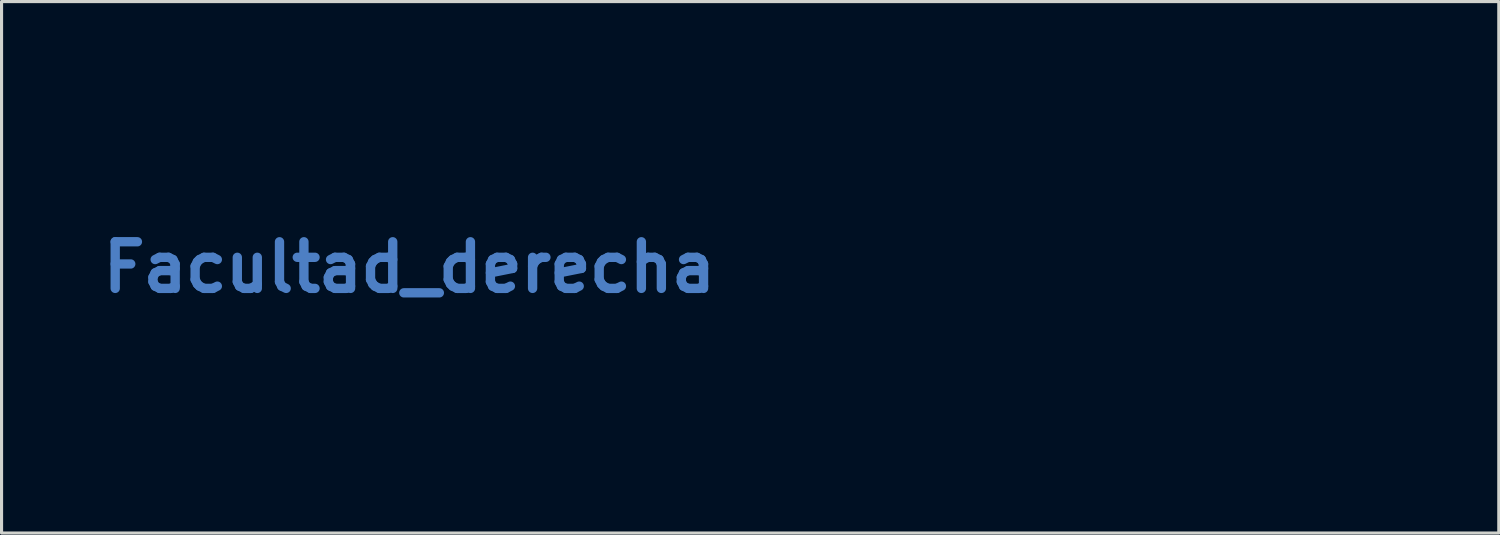
<source format=kicad_pcb>
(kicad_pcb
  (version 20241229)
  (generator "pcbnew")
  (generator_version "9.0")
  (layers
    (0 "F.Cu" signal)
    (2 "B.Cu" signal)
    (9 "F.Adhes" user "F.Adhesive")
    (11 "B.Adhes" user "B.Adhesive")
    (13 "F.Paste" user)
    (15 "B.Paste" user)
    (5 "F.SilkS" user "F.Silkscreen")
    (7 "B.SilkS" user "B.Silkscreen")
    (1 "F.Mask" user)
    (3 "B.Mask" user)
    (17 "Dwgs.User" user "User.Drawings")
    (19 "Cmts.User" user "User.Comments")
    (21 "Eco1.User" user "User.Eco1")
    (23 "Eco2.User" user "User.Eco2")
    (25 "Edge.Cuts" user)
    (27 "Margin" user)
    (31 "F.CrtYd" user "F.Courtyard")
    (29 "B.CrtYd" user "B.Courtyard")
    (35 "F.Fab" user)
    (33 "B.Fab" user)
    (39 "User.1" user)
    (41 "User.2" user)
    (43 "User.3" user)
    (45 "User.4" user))
  (footprint "Facultad_derecha"
    (layer "F.Cu")
    (at 4.621 5.55)
    (property "Reference" "Facultad_derecha" (at 5.5 0 0) (layer "B.Cu") (effects (font (size 1.5 1.5) (thickness 0.3))))
    (attr board_only exclude_from_pos_files exclude_from_bom)
    (fp_line (start 0 -5.5) (end 0 5.5) (stroke (width 0.1) (type solid)) (layer "F.Mask"))
    (fp_line (start 32 -5.5) (end 0 -5.5) (stroke (width 0.1) (type solid)) (layer "F.Mask"))
    (fp_line (start 32 5.5) (end 0 5.5) (stroke (width 0.1) (type solid)) (layer "F.Mask"))
    (fp_arc (start 32 -5.5) (mid 37.5 0) (end 32 5.5) (stroke (width 0.1) (type solid)) (layer "F.Mask"))
    (fp_poly (pts (xy 36.532 0.846) (xy 36.521 0.874) (xy 36.511 0.911) (xy 36.502 0.947) (xy 36.498 0.974) (xy 36.5 0.984) (xy 36.513 0.989) (xy 36.53 0.995) (xy 36.546 0.997) (xy 36.557 0.988) (xy 36.565 0.962) (xy 36.572 0.929) (xy 36.579 0.88) (xy 36.576 0.851) (xy 36.56 0.837) (xy 36.54 0.835)) (stroke (width 0) (type solid)) (fill yes) (layer "F.Mask"))
    (fp_poly (pts (xy 27.426 0.862) (xy 27.416 0.869) (xy 27.415 0.887) (xy 27.421 0.923) (xy 27.427 0.95) (xy 27.437 0.989) (xy 27.448 1.009) (xy 27.465 1.015) (xy 27.472 1.016) (xy 27.496 1.011) (xy 27.504 1.003) (xy 27.501 0.985) (xy 27.495 0.95) (xy 27.49 0.926) (xy 27.48 0.887) (xy 27.469 0.867) (xy 27.452 0.861) (xy 27.444 0.86)) (stroke (width 0) (type solid)) (fill yes) (layer "F.Mask"))
    (fp_poly (pts (xy 28.898 -3.601) (xy 28.85 -3.558) (xy 28.985 -3.403) (xy 29.032 -3.35) (xy 29.073 -3.304) (xy 29.105 -3.27) (xy 29.126 -3.249) (xy 29.131 -3.244) (xy 29.146 -3.25) (xy 29.173 -3.268) (xy 29.186 -3.278) (xy 29.23 -3.315) (xy 29.137 -3.424) (xy 29.093 -3.475) (xy 29.05 -3.526) (xy 29.013 -3.568) (xy 28.995 -3.588) (xy 28.946 -3.643)) (stroke (width 0) (type solid)) (fill yes) (layer "F.Mask"))
    (fp_poly (pts (xy 34.989 3.17) (xy 34.963 3.189) (xy 34.95 3.199) (xy 34.906 3.236) (xy 35.047 3.39) (xy 35.096 3.443) (xy 35.138 3.488) (xy 35.172 3.523) (xy 35.194 3.544) (xy 35.2 3.549) (xy 35.214 3.542) (xy 35.238 3.522) (xy 35.251 3.51) (xy 35.291 3.468) (xy 35.151 3.315) (xy 35.103 3.263) (xy 35.061 3.219) (xy 35.028 3.186) (xy 35.008 3.166) (xy 35.002 3.162)) (stroke (width 0) (type solid)) (fill yes) (layer "F.Mask"))
    (fp_poly (pts (xy 35.757 2.195) (xy 35.737 2.226) (xy 35.724 2.255) (xy 35.721 2.274) (xy 35.722 2.276) (xy 35.734 2.284) (xy 35.765 2.302) (xy 35.81 2.329) (xy 35.866 2.362) (xy 35.904 2.384) (xy 35.977 2.427) (xy 36.031 2.455) (xy 36.068 2.471) (xy 36.088 2.476) (xy 36.093 2.473) (xy 36.107 2.452) (xy 36.124 2.42) (xy 36.125 2.419) (xy 36.145 2.379) (xy 35.963 2.272) (xy 35.781 2.164)) (stroke (width 0) (type solid)) (fill yes) (layer "F.Mask"))
    (fp_poly (pts (xy 27.442 -1.328) (xy 27.435 -1.304) (xy 27.426 -1.269) (xy 27.419 -1.246) (xy 27.418 -1.238) (xy 27.423 -1.23) (xy 27.436 -1.221) (xy 27.462 -1.211) (xy 27.502 -1.198) (xy 27.559 -1.181) (xy 27.637 -1.16) (xy 27.708 -1.14) (xy 27.828 -1.108) (xy 27.839 -1.136) (xy 27.851 -1.17) (xy 27.858 -1.194) (xy 27.857 -1.213) (xy 27.844 -1.227) (xy 27.816 -1.24) (xy 27.772 -1.255) (xy 27.707 -1.273) (xy 27.662 -1.285) (xy 27.593 -1.304) (xy 27.533 -1.319) (xy 27.486 -1.331) (xy 27.457 -1.338) (xy 27.45 -1.34)) (stroke (width 0) (type solid)) (fill yes) (layer "F.Mask"))
    (fp_poly (pts (xy 27.674 -1.959) (xy 27.648 -1.896) (xy 27.744 -1.794) (xy 27.84 -1.692) (xy 27.791 -1.684) (xy 27.753 -1.68) (xy 27.701 -1.677) (xy 27.652 -1.676) (xy 27.56 -1.676) (xy 27.533 -1.611) (xy 27.506 -1.546) (xy 27.547 -1.548) (xy 27.574 -1.55) (xy 27.621 -1.553) (xy 27.683 -1.557) (xy 27.753 -1.562) (xy 27.786 -1.564) (xy 27.985 -1.579) (xy 28.003 -1.623) (xy 28.014 -1.654) (xy 28.012 -1.675) (xy 27.994 -1.698) (xy 27.992 -1.701) (xy 27.972 -1.722) (xy 27.939 -1.758) (xy 27.897 -1.805) (xy 27.85 -1.857) (xy 27.831 -1.878) (xy 27.7 -2.022)) (stroke (width 0) (type solid)) (fill yes) (layer "F.Mask"))
    (fp_poly (pts (xy 36.464 -1.543) (xy 36.429 -1.533) (xy 36.38 -1.518) (xy 36.323 -1.5) (xy 36.262 -1.481) (xy 36.202 -1.462) (xy 36.15 -1.446) (xy 36.11 -1.432) (xy 36.087 -1.424) (xy 36.084 -1.422) (xy 36.083 -1.407) (xy 36.089 -1.378) (xy 36.101 -1.344) (xy 36.114 -1.316) (xy 36.125 -1.302) (xy 36.126 -1.301) (xy 36.143 -1.306) (xy 36.179 -1.317) (xy 36.231 -1.334) (xy 36.294 -1.354) (xy 36.327 -1.366) (xy 36.392 -1.388) (xy 36.448 -1.408) (xy 36.49 -1.423) (xy 36.514 -1.433) (xy 36.519 -1.435) (xy 36.519 -1.45) (xy 36.513 -1.479) (xy 36.501 -1.511) (xy 36.489 -1.537) (xy 36.48 -1.546)) (stroke (width 0) (type solid)) (fill yes) (layer "F.Mask"))
    (fp_poly (pts (xy 32.608 4.309) (xy 32.588 4.312) (xy 32.586 4.312) (xy 32.551 4.317) (xy 32.529 4.322) (xy 32.525 4.323) (xy 32.525 4.337) (xy 32.528 4.37) (xy 32.533 4.419) (xy 32.54 4.477) (xy 32.548 4.54) (xy 32.556 4.601) (xy 32.564 4.656) (xy 32.571 4.699) (xy 32.571 4.7) (xy 32.579 4.729) (xy 32.596 4.74) (xy 32.619 4.741) (xy 32.655 4.738) (xy 32.68 4.734) (xy 32.688 4.729) (xy 32.693 4.719) (xy 32.694 4.698) (xy 32.691 4.663) (xy 32.685 4.61) (xy 32.677 4.544) (xy 32.666 4.46) (xy 32.658 4.398) (xy 32.651 4.356) (xy 32.643 4.328) (xy 32.635 4.314) (xy 32.623 4.308)) (stroke (width 0) (type solid)) (fill yes) (layer "F.Mask"))
    (fp_poly (pts (xy 29.166 3.366) (xy 29.147 3.39) (xy 29.116 3.43) (xy 29.077 3.479) (xy 29.034 3.532) (xy 29.032 3.535) (xy 28.928 3.667) (xy 29.034 3.751) (xy 29.078 3.786) (xy 29.115 3.814) (xy 29.139 3.832) (xy 29.147 3.836) (xy 29.158 3.826) (xy 29.177 3.804) (xy 29.178 3.802) (xy 29.202 3.769) (xy 29.159 3.735) (xy 29.128 3.71) (xy 29.104 3.691) (xy 29.1 3.688) (xy 29.097 3.677) (xy 29.107 3.655) (xy 29.13 3.62) (xy 29.167 3.57) (xy 29.187 3.545) (xy 29.225 3.496) (xy 29.257 3.454) (xy 29.279 3.423) (xy 29.289 3.408) (xy 29.289 3.408) (xy 29.28 3.396) (xy 29.256 3.375) (xy 29.242 3.364) (xy 29.196 3.328)) (stroke (width 0) (type solid)) (fill yes) (layer "F.Mask"))
    (fp_poly (pts (xy 31.799 4.488) (xy 31.799 4.555) (xy 31.796 4.623) (xy 31.793 4.681) (xy 31.791 4.702) (xy 31.783 4.781) (xy 31.927 4.781) (xy 32.071 4.781) (xy 32.071 4.736) (xy 32.071 4.691) (xy 31.994 4.691) (xy 31.916 4.691) (xy 31.916 4.652) (xy 31.917 4.63) (xy 31.925 4.618) (xy 31.946 4.614) (xy 31.986 4.613) (xy 31.987 4.613) (xy 32.058 4.613) (xy 32.058 4.568) (xy 32.058 4.522) (xy 31.994 4.522) (xy 31.95 4.52) (xy 31.927 4.512) (xy 31.921 4.494) (xy 31.924 4.473) (xy 31.932 4.456) (xy 31.949 4.448) (xy 31.981 4.445) (xy 32.002 4.445) (xy 32.071 4.445) (xy 32.071 4.399) (xy 32.071 4.354) (xy 31.935 4.354) (xy 31.799 4.354)) (stroke (width 0) (type solid)) (fill yes) (layer "F.Mask"))
    (fp_poly (pts (xy 29.469 3.59) (xy 29.449 3.618) (xy 29.449 3.638) (xy 29.471 3.656) (xy 29.483 3.664) (xy 29.509 3.681) (xy 29.522 3.693) (xy 29.522 3.694) (xy 29.515 3.708) (xy 29.498 3.736) (xy 29.479 3.766) (xy 29.447 3.814) (xy 29.411 3.869) (xy 29.389 3.903) (xy 29.342 3.976) (xy 29.393 4.01) (xy 29.424 4.03) (xy 29.444 4.042) (xy 29.447 4.043) (xy 29.455 4.033) (xy 29.474 4.005) (xy 29.502 3.963) (xy 29.535 3.912) (xy 29.541 3.902) (xy 29.631 3.76) (xy 29.675 3.787) (xy 29.719 3.815) (xy 29.743 3.784) (xy 29.76 3.759) (xy 29.768 3.745) (xy 29.758 3.736) (xy 29.73 3.716) (xy 29.688 3.688) (xy 29.637 3.654) (xy 29.63 3.649) (xy 29.493 3.56)) (stroke (width 0) (type solid)) (fill yes) (layer "F.Mask"))
    (fp_poly (pts (xy 35.219 2.924) (xy 35.123 3.028) (xy 35.168 3.067) (xy 35.196 3.091) (xy 35.237 3.128) (xy 35.285 3.172) (xy 35.329 3.212) (xy 35.445 3.319) (xy 35.539 3.215) (xy 35.58 3.169) (xy 35.606 3.138) (xy 35.619 3.118) (xy 35.621 3.104) (xy 35.616 3.092) (xy 35.61 3.086) (xy 35.587 3.066) (xy 35.565 3.064) (xy 35.539 3.081) (xy 35.51 3.11) (xy 35.483 3.139) (xy 35.466 3.151) (xy 35.451 3.149) (xy 35.435 3.137) (xy 35.405 3.115) (xy 35.451 3.06) (xy 35.497 3.004) (xy 35.463 2.975) (xy 35.429 2.945) (xy 35.384 2.996) (xy 35.338 3.047) (xy 35.307 3.021) (xy 35.276 2.994) (xy 35.33 2.939) (xy 35.384 2.884) (xy 35.35 2.852) (xy 35.316 2.821)) (stroke (width 0) (type solid)) (fill yes) (layer "F.Mask"))
    (fp_poly (pts (xy 27.258 -0.136) (xy 27.258 -0.071) (xy 27.404 -0.071) (xy 27.48 -0.07) (xy 27.533 -0.065) (xy 27.568 -0.056) (xy 27.588 -0.04) (xy 27.597 -0.016) (xy 27.599 0.013) (xy 27.596 0.046) (xy 27.585 0.069) (xy 27.562 0.084) (xy 27.524 0.093) (xy 27.465 0.096) (xy 27.411 0.097) (xy 27.271 0.097) (xy 27.271 0.162) (xy 27.271 0.226) (xy 27.423 0.226) (xy 27.491 0.226) (xy 27.54 0.223) (xy 27.574 0.218) (xy 27.6 0.21) (xy 27.616 0.201) (xy 27.659 0.164) (xy 27.686 0.113) (xy 27.697 0.045) (xy 27.698 0.019) (xy 27.693 -0.045) (xy 27.678 -0.096) (xy 27.67 -0.111) (xy 27.646 -0.146) (xy 27.617 -0.17) (xy 27.579 -0.187) (xy 27.527 -0.196) (xy 27.456 -0.2) (xy 27.408 -0.201) (xy 27.258 -0.201)) (stroke (width 0) (type solid)) (fill yes) (layer "F.Mask"))
    (fp_poly (pts (xy 28.331 2.615) (xy 28.3 2.631) (xy 28.294 2.635) (xy 28.24 2.682) (xy 28.207 2.735) (xy 28.193 2.8) (xy 28.193 2.804) (xy 28.192 2.85) (xy 28.2 2.89) (xy 28.22 2.935) (xy 28.224 2.942) (xy 28.251 2.986) (xy 28.281 3.024) (xy 28.3 3.042) (xy 28.339 3.072) (xy 28.39 3.028) (xy 28.419 3.001) (xy 28.427 2.986) (xy 28.419 2.983) (xy 28.385 2.971) (xy 28.351 2.941) (xy 28.324 2.9) (xy 28.31 2.857) (xy 28.307 2.82) (xy 28.316 2.794) (xy 28.339 2.766) (xy 28.344 2.762) (xy 28.373 2.736) (xy 28.399 2.726) (xy 28.431 2.728) (xy 28.488 2.75) (xy 28.531 2.793) (xy 28.555 2.842) (xy 28.571 2.893) (xy 28.616 2.854) (xy 28.662 2.816) (xy 28.629 2.754) (xy 28.581 2.686) (xy 28.517 2.639) (xy 28.441 2.614) (xy 28.413 2.61) (xy 28.365 2.609)) (stroke (width 0) (type solid)) (fill yes) (layer "F.Mask"))
    (fp_poly (pts (xy 28.645 3.039) (xy 28.596 3.089) (xy 28.563 3.125) (xy 28.542 3.152) (xy 28.531 3.174) (xy 28.527 3.194) (xy 28.526 3.214) (xy 28.53 3.258) (xy 28.541 3.298) (xy 28.544 3.303) (xy 28.571 3.341) (xy 28.61 3.383) (xy 28.653 3.419) (xy 28.677 3.434) (xy 28.723 3.446) (xy 28.779 3.447) (xy 28.832 3.435) (xy 28.856 3.424) (xy 28.882 3.404) (xy 28.92 3.371) (xy 28.962 3.33) (xy 28.982 3.31) (xy 29.07 3.221) (xy 29.024 3.177) (xy 28.978 3.132) (xy 28.885 3.224) (xy 28.83 3.277) (xy 28.789 3.312) (xy 28.759 3.332) (xy 28.735 3.338) (xy 28.714 3.333) (xy 28.696 3.322) (xy 28.667 3.293) (xy 28.649 3.262) (xy 28.645 3.246) (xy 28.648 3.231) (xy 28.659 3.211) (xy 28.682 3.184) (xy 28.72 3.144) (xy 28.746 3.118) (xy 28.855 3.008) (xy 28.81 2.963) (xy 28.764 2.917)) (stroke (width 0) (type solid)) (fill yes) (layer "F.Mask"))
    (fp_poly (pts (xy 29.92 -4.272) (xy 29.859 -4.245) (xy 29.86 -4.122) (xy 29.862 -4.05) (xy 29.865 -3.971) (xy 29.869 -3.899) (xy 29.87 -3.887) (xy 29.878 -3.775) (xy 29.933 -3.802) (xy 29.967 -3.821) (xy 29.983 -3.839) (xy 29.988 -3.865) (xy 29.988 -3.871) (xy 29.99 -3.895) (xy 29.999 -3.913) (xy 30.021 -3.929) (xy 30.061 -3.951) (xy 30.067 -3.954) (xy 30.146 -3.994) (xy 30.177 -3.964) (xy 30.208 -3.935) (xy 30.266 -3.963) (xy 30.299 -3.981) (xy 30.32 -3.996) (xy 30.323 -4.001) (xy 30.314 -4.013) (xy 30.287 -4.037) (xy 30.272 -4.051) (xy 30.079 -4.051) (xy 30.037 -4.029) (xy 30.007 -4.016) (xy 29.987 -4.013) (xy 29.985 -4.013) (xy 29.979 -4.029) (xy 29.976 -4.061) (xy 29.975 -4.086) (xy 29.975 -4.152) (xy 30.027 -4.102) (xy 30.079 -4.051) (xy 30.272 -4.051) (xy 30.247 -4.073) (xy 30.197 -4.116) (xy 30.152 -4.154) (xy 29.982 -4.298)) (stroke (width 0) (type solid)) (fill yes) (layer "F.Mask"))
    (fp_poly (pts (xy 36.061 -2.049) (xy 35.987 -2.047) (xy 35.923 -2.044) (xy 35.873 -2.041) (xy 35.84 -2.038) (xy 35.83 -2.036) (xy 35.83 -2.02) (xy 35.838 -1.99) (xy 35.844 -1.975) (xy 35.86 -1.941) (xy 35.876 -1.926) (xy 35.902 -1.922) (xy 35.908 -1.921) (xy 35.933 -1.92) (xy 35.95 -1.91) (xy 35.966 -1.887) (xy 35.985 -1.848) (xy 36.003 -1.807) (xy 36.011 -1.78) (xy 36.01 -1.76) (xy 36 -1.738) (xy 35.996 -1.731) (xy 35.983 -1.704) (xy 35.981 -1.683) (xy 35.989 -1.657) (xy 36 -1.635) (xy 36.026 -1.581) (xy 36.182 -1.752) (xy 36.338 -1.923) (xy 36.333 -1.934) (xy 36.191 -1.934) (xy 36.14 -1.882) (xy 36.09 -1.831) (xy 36.067 -1.873) (xy 36.052 -1.903) (xy 36.044 -1.923) (xy 36.044 -1.925) (xy 36.056 -1.93) (xy 36.086 -1.933) (xy 36.117 -1.934) (xy 36.191 -1.934) (xy 36.333 -1.934) (xy 36.311 -1.988) (xy 36.283 -2.054)) (stroke (width 0) (type solid)) (fill yes) (layer "F.Mask"))
    (fp_poly (pts (xy 27.78 1.737) (xy 27.715 1.766) (xy 27.659 1.792) (xy 27.615 1.811) (xy 27.589 1.824) (xy 27.582 1.827) (xy 27.583 1.841) (xy 27.593 1.867) (xy 27.609 1.897) (xy 27.625 1.922) (xy 27.637 1.934) (xy 27.638 1.934) (xy 27.658 1.929) (xy 27.691 1.916) (xy 27.709 1.908) (xy 27.744 1.893) (xy 27.771 1.884) (xy 27.777 1.883) (xy 27.789 1.894) (xy 27.805 1.921) (xy 27.814 1.941) (xy 27.829 1.974) (xy 27.84 1.995) (xy 27.843 1.998) (xy 27.856 1.993) (xy 27.883 1.984) (xy 27.904 1.974) (xy 27.913 1.962) (xy 27.91 1.94) (xy 27.896 1.903) (xy 27.887 1.881) (xy 27.866 1.833) (xy 27.904 1.82) (xy 27.926 1.814) (xy 27.941 1.818) (xy 27.954 1.838) (xy 27.969 1.871) (xy 27.987 1.91) (xy 28.002 1.929) (xy 28.021 1.932) (xy 28.051 1.922) (xy 28.052 1.922) (xy 28.085 1.909) (xy 28.061 1.854) (xy 28.042 1.81) (xy 28.019 1.757) (xy 28.004 1.725) (xy 27.971 1.651)) (stroke (width 0) (type solid)) (fill yes) (layer "F.Mask"))
    (fp_poly (pts (xy 29.407 -3.951) (xy 29.366 -3.942) (xy 29.324 -3.924) (xy 29.274 -3.894) (xy 29.222 -3.859) (xy 29.149 -3.807) (xy 29.267 -3.634) (xy 29.308 -3.576) (xy 29.344 -3.526) (xy 29.373 -3.488) (xy 29.393 -3.466) (xy 29.399 -3.461) (xy 29.414 -3.469) (xy 29.445 -3.488) (xy 29.485 -3.516) (xy 29.502 -3.529) (xy 29.566 -3.581) (xy 29.609 -3.625) (xy 29.636 -3.669) (xy 29.649 -3.715) (xy 29.65 -3.724) (xy 29.542 -3.724) (xy 29.539 -3.706) (xy 29.527 -3.678) (xy 29.505 -3.647) (xy 29.481 -3.621) (xy 29.46 -3.608) (xy 29.453 -3.607) (xy 29.441 -3.619) (xy 29.418 -3.647) (xy 29.388 -3.687) (xy 29.371 -3.711) (xy 29.3 -3.811) (xy 29.359 -3.837) (xy 29.396 -3.852) (xy 29.422 -3.856) (xy 29.449 -3.85) (xy 29.464 -3.844) (xy 29.505 -3.815) (xy 29.532 -3.772) (xy 29.542 -3.724) (xy 29.65 -3.724) (xy 29.652 -3.755) (xy 29.642 -3.831) (xy 29.614 -3.888) (xy 29.567 -3.928) (xy 29.503 -3.949) (xy 29.452 -3.953)) (stroke (width 0) (type solid)) (fill yes) (layer "F.Mask"))
    (fp_poly (pts (xy 31.538 -4.728) (xy 31.493 -4.727) (xy 31.437 -4.724) (xy 31.392 -4.72) (xy 31.362 -4.717) (xy 31.354 -4.715) (xy 31.354 -4.701) (xy 31.356 -4.666) (xy 31.359 -4.614) (xy 31.365 -4.549) (xy 31.369 -4.5) (xy 31.389 -4.289) (xy 31.423 -4.291) (xy 31.453 -4.293) (xy 31.499 -4.298) (xy 31.544 -4.303) (xy 31.634 -4.322) (xy 31.704 -4.357) (xy 31.755 -4.407) (xy 31.774 -4.439) (xy 31.795 -4.508) (xy 31.795 -4.51) (xy 31.668 -4.51) (xy 31.655 -4.464) (xy 31.626 -4.426) (xy 31.582 -4.401) (xy 31.537 -4.393) (xy 31.511 -4.397) (xy 31.502 -4.415) (xy 31.501 -4.429) (xy 31.499 -4.46) (xy 31.495 -4.506) (xy 31.491 -4.551) (xy 31.481 -4.639) (xy 31.538 -4.639) (xy 31.581 -4.634) (xy 31.614 -4.617) (xy 31.632 -4.601) (xy 31.661 -4.557) (xy 31.668 -4.51) (xy 31.795 -4.51) (xy 31.791 -4.574) (xy 31.764 -4.634) (xy 31.714 -4.684) (xy 31.679 -4.705) (xy 31.651 -4.718) (xy 31.623 -4.725) (xy 31.588 -4.729)) (stroke (width 0) (type solid)) (fill yes) (layer "F.Mask"))
    (fp_poly (pts (xy 36.698 -0.572) (xy 36.665 -0.57) (xy 36.616 -0.566) (xy 36.557 -0.561) (xy 36.494 -0.555) (xy 36.43 -0.549) (xy 36.372 -0.543) (xy 36.325 -0.538) (xy 36.293 -0.535) (xy 36.283 -0.533) (xy 36.284 -0.52) (xy 36.286 -0.487) (xy 36.29 -0.439) (xy 36.294 -0.398) (xy 36.305 -0.265) (xy 36.351 -0.265) (xy 36.397 -0.265) (xy 36.388 -0.343) (xy 36.38 -0.421) (xy 36.418 -0.421) (xy 36.447 -0.415) (xy 36.463 -0.395) (xy 36.47 -0.357) (xy 36.471 -0.335) (xy 36.472 -0.306) (xy 36.484 -0.294) (xy 36.511 -0.291) (xy 36.518 -0.291) (xy 36.565 -0.291) (xy 36.556 -0.362) (xy 36.552 -0.403) (xy 36.554 -0.425) (xy 36.563 -0.434) (xy 36.574 -0.435) (xy 36.604 -0.438) (xy 36.616 -0.439) (xy 36.628 -0.427) (xy 36.636 -0.392) (xy 36.639 -0.369) (xy 36.643 -0.328) (xy 36.65 -0.306) (xy 36.664 -0.297) (xy 36.689 -0.293) (xy 36.733 -0.289) (xy 36.723 -0.429) (xy 36.719 -0.486) (xy 36.715 -0.533) (xy 36.712 -0.563) (xy 36.711 -0.572)) (stroke (width 0) (type solid)) (fill yes) (layer "F.Mask"))
    (fp_poly (pts (xy 32.015 -4.548) (xy 32.012 -4.477) (xy 32.01 -4.416) (xy 32.009 -4.37) (xy 32.009 -4.341) (xy 32.009 -4.335) (xy 32.023 -4.333) (xy 32.057 -4.33) (xy 32.106 -4.327) (xy 32.152 -4.324) (xy 32.291 -4.317) (xy 32.291 -4.361) (xy 32.291 -4.405) (xy 32.217 -4.408) (xy 32.175 -4.411) (xy 32.153 -4.417) (xy 32.144 -4.428) (xy 32.142 -4.449) (xy 32.142 -4.451) (xy 32.144 -4.474) (xy 32.153 -4.486) (xy 32.175 -4.491) (xy 32.21 -4.494) (xy 32.25 -4.497) (xy 32.27 -4.503) (xy 32.277 -4.516) (xy 32.278 -4.534) (xy 32.271 -4.563) (xy 32.248 -4.579) (xy 32.206 -4.586) (xy 32.184 -4.587) (xy 32.159 -4.591) (xy 32.15 -4.607) (xy 32.149 -4.626) (xy 32.15 -4.648) (xy 32.158 -4.66) (xy 32.179 -4.664) (xy 32.219 -4.665) (xy 32.22 -4.665) (xy 32.261 -4.666) (xy 32.283 -4.671) (xy 32.294 -4.683) (xy 32.299 -4.698) (xy 32.302 -4.725) (xy 32.299 -4.739) (xy 32.284 -4.742) (xy 32.248 -4.747) (xy 32.198 -4.75) (xy 32.157 -4.752) (xy 32.024 -4.758)) (stroke (width 0) (type solid)) (fill yes) (layer "F.Mask"))
    (fp_poly (pts (xy 28.651 -3.362) (xy 28.616 -3.34) (xy 28.579 -3.309) (xy 28.546 -3.277) (xy 28.525 -3.251) (xy 28.503 -3.192) (xy 28.506 -3.133) (xy 28.519 -3.099) (xy 28.55 -3.057) (xy 28.588 -3.038) (xy 28.636 -3.04) (xy 28.696 -3.064) (xy 28.716 -3.074) (xy 28.766 -3.099) (xy 28.8 -3.106) (xy 28.818 -3.094) (xy 28.823 -3.068) (xy 28.812 -3.037) (xy 28.786 -3.007) (xy 28.752 -2.986) (xy 28.732 -2.983) (xy 28.707 -2.976) (xy 28.7 -2.955) (xy 28.705 -2.923) (xy 28.718 -2.894) (xy 28.739 -2.884) (xy 28.77 -2.893) (xy 28.811 -2.917) (xy 28.872 -2.968) (xy 28.913 -3.024) (xy 28.933 -3.081) (xy 28.93 -3.137) (xy 28.915 -3.174) (xy 28.879 -3.215) (xy 28.836 -3.232) (xy 28.784 -3.228) (xy 28.722 -3.2) (xy 28.707 -3.191) (xy 28.66 -3.169) (xy 28.628 -3.166) (xy 28.611 -3.184) (xy 28.615 -3.205) (xy 28.633 -3.233) (xy 28.659 -3.26) (xy 28.686 -3.279) (xy 28.691 -3.281) (xy 28.7 -3.296) (xy 28.7 -3.323) (xy 28.693 -3.351) (xy 28.681 -3.369) (xy 28.675 -3.371)) (stroke (width 0) (type solid)) (fill yes) (layer "F.Mask"))
    (fp_poly (pts (xy 35.107 -3.438) (xy 35.046 -3.407) (xy 34.998 -3.356) (xy 34.981 -3.327) (xy 34.972 -3.297) (xy 34.971 -3.256) (xy 34.972 -3.228) (xy 34.978 -3.174) (xy 34.99 -3.133) (xy 35.012 -3.093) (xy 35.019 -3.083) (xy 35.074 -3.021) (xy 35.14 -2.976) (xy 35.211 -2.951) (xy 35.284 -2.945) (xy 35.351 -2.962) (xy 35.41 -3) (xy 35.449 -3.053) (xy 35.47 -3.115) (xy 35.47 -3.156) (xy 35.35 -3.156) (xy 35.332 -3.111) (xy 35.295 -3.078) (xy 35.293 -3.077) (xy 35.26 -3.064) (xy 35.232 -3.063) (xy 35.195 -3.074) (xy 35.183 -3.079) (xy 35.139 -3.109) (xy 35.105 -3.154) (xy 35.087 -3.204) (xy 35.086 -3.22) (xy 35.096 -3.255) (xy 35.122 -3.291) (xy 35.155 -3.319) (xy 35.188 -3.332) (xy 35.19 -3.332) (xy 35.232 -3.323) (xy 35.277 -3.302) (xy 35.314 -3.274) (xy 35.323 -3.263) (xy 35.347 -3.209) (xy 35.35 -3.156) (xy 35.47 -3.156) (xy 35.471 -3.183) (xy 35.452 -3.253) (xy 35.413 -3.321) (xy 35.383 -3.356) (xy 35.317 -3.407) (xy 35.246 -3.438) (xy 35.175 -3.449)) (stroke (width 0) (type solid)) (fill yes) (layer "F.Mask"))
    (fp_poly (pts (xy 28.185 2.17) (xy 28.146 2.173) (xy 28.093 2.179) (xy 28.031 2.186) (xy 27.965 2.194) (xy 27.901 2.202) (xy 27.844 2.21) (xy 27.799 2.217) (xy 27.772 2.222) (xy 27.766 2.224) (xy 27.768 2.238) (xy 27.781 2.266) (xy 27.79 2.283) (xy 27.811 2.316) (xy 27.828 2.33) (xy 27.85 2.331) (xy 27.861 2.329) (xy 27.881 2.326) (xy 27.895 2.328) (xy 27.909 2.339) (xy 27.926 2.362) (xy 27.951 2.401) (xy 27.967 2.428) (xy 27.995 2.474) (xy 27.969 2.508) (xy 27.943 2.541) (xy 27.979 2.6) (xy 28.015 2.658) (xy 28.154 2.469) (xy 28.282 2.293) (xy 28.133 2.293) (xy 28.122 2.312) (xy 28.097 2.347) (xy 28.087 2.359) (xy 28.066 2.386) (xy 28.053 2.394) (xy 28.042 2.385) (xy 28.037 2.379) (xy 28.017 2.349) (xy 28.007 2.333) (xy 28.003 2.318) (xy 28.016 2.309) (xy 28.044 2.303) (xy 28.083 2.295) (xy 28.114 2.289) (xy 28.117 2.288) (xy 28.13 2.286) (xy 28.133 2.293) (xy 28.282 2.293) (xy 28.292 2.279) (xy 28.26 2.227) (xy 28.237 2.194) (xy 28.213 2.173) (xy 28.205 2.17)) (stroke (width 0) (type solid)) (fill yes) (layer "F.Mask"))
    (fp_poly (pts (xy 34.732 3.393) (xy 34.704 3.416) (xy 34.687 3.433) (xy 34.685 3.438) (xy 34.692 3.453) (xy 34.712 3.483) (xy 34.74 3.522) (xy 34.755 3.542) (xy 34.786 3.584) (xy 34.809 3.617) (xy 34.821 3.636) (xy 34.822 3.639) (xy 34.808 3.638) (xy 34.775 3.632) (xy 34.726 3.622) (xy 34.667 3.61) (xy 34.666 3.609) (xy 34.593 3.594) (xy 34.539 3.585) (xy 34.5 3.584) (xy 34.469 3.591) (xy 34.443 3.605) (xy 34.424 3.62) (xy 34.389 3.649) (xy 34.514 3.82) (xy 34.557 3.877) (xy 34.594 3.926) (xy 34.623 3.964) (xy 34.641 3.986) (xy 34.646 3.991) (xy 34.659 3.984) (xy 34.684 3.965) (xy 34.697 3.954) (xy 34.742 3.917) (xy 34.708 3.867) (xy 34.679 3.825) (xy 34.646 3.779) (xy 34.633 3.762) (xy 34.612 3.732) (xy 34.601 3.712) (xy 34.6 3.707) (xy 34.616 3.71) (xy 34.651 3.717) (xy 34.7 3.728) (xy 34.752 3.739) (xy 34.825 3.755) (xy 34.877 3.765) (xy 34.915 3.769) (xy 34.942 3.766) (xy 34.963 3.757) (xy 34.984 3.742) (xy 34.992 3.736) (xy 35.033 3.701) (xy 34.906 3.53) (xy 34.779 3.359)) (stroke (width 0) (type solid)) (fill yes) (layer "F.Mask"))
    (fp_poly (pts (xy 30.581 -4.531) (xy 30.536 -4.522) (xy 30.486 -4.508) (xy 30.437 -4.493) (xy 30.397 -4.477) (xy 30.37 -4.463) (xy 30.363 -4.455) (xy 30.367 -4.437) (xy 30.377 -4.401) (xy 30.392 -4.352) (xy 30.41 -4.294) (xy 30.429 -4.233) (xy 30.448 -4.175) (xy 30.466 -4.123) (xy 30.48 -4.084) (xy 30.489 -4.061) (xy 30.492 -4.058) (xy 30.507 -4.062) (xy 30.54 -4.072) (xy 30.584 -4.086) (xy 30.593 -4.089) (xy 30.684 -4.124) (xy 30.753 -4.164) (xy 30.799 -4.21) (xy 30.826 -4.265) (xy 30.832 -4.311) (xy 30.713 -4.311) (xy 30.703 -4.275) (xy 30.679 -4.239) (xy 30.646 -4.209) (xy 30.612 -4.192) (xy 30.591 -4.191) (xy 30.581 -4.204) (xy 30.567 -4.235) (xy 30.55 -4.28) (xy 30.542 -4.302) (xy 30.527 -4.351) (xy 30.516 -4.391) (xy 30.512 -4.415) (xy 30.512 -4.419) (xy 30.532 -4.431) (xy 30.567 -4.437) (xy 30.607 -4.436) (xy 30.635 -4.43) (xy 30.674 -4.404) (xy 30.702 -4.361) (xy 30.713 -4.312) (xy 30.713 -4.311) (xy 30.832 -4.311) (xy 30.835 -4.332) (xy 30.835 -4.335) (xy 30.823 -4.402) (xy 30.79 -4.459) (xy 30.739 -4.502) (xy 30.673 -4.528) (xy 30.616 -4.535)) (stroke (width 0) (type solid)) (fill yes) (layer "F.Mask"))
    (fp_poly (pts (xy 31.231 4.297) (xy 31.231 4.297) (xy 31.227 4.312) (xy 31.22 4.348) (xy 31.212 4.4) (xy 31.203 4.465) (xy 31.197 4.509) (xy 31.17 4.714) (xy 31.207 4.721) (xy 31.238 4.726) (xy 31.285 4.731) (xy 31.338 4.736) (xy 31.344 4.737) (xy 31.398 4.74) (xy 31.436 4.738) (xy 31.467 4.73) (xy 31.5 4.715) (xy 31.502 4.714) (xy 31.563 4.671) (xy 31.602 4.615) (xy 31.618 4.55) (xy 31.618 4.539) (xy 31.617 4.527) (xy 31.495 4.527) (xy 31.486 4.571) (xy 31.46 4.61) (xy 31.418 4.638) (xy 31.363 4.651) (xy 31.357 4.651) (xy 31.329 4.647) (xy 31.315 4.639) (xy 31.313 4.622) (xy 31.314 4.587) (xy 31.319 4.542) (xy 31.325 4.493) (xy 31.333 4.448) (xy 31.34 4.412) (xy 31.347 4.394) (xy 31.349 4.393) (xy 31.366 4.397) (xy 31.398 4.409) (xy 31.412 4.414) (xy 31.46 4.444) (xy 31.487 4.483) (xy 31.495 4.527) (xy 31.617 4.527) (xy 31.614 4.494) (xy 31.603 4.454) (xy 31.6 4.446) (xy 31.568 4.403) (xy 31.525 4.363) (xy 31.479 4.333) (xy 31.447 4.322) (xy 31.357 4.308) (xy 31.29 4.299) (xy 31.248 4.295)) (stroke (width 0) (type solid)) (fill yes) (layer "F.Mask"))
    (fp_poly (pts (xy 33.483 -4.514) (xy 33.481 -4.513) (xy 33.47 -4.492) (xy 33.453 -4.452) (xy 33.434 -4.401) (xy 33.415 -4.345) (xy 33.398 -4.291) (xy 33.385 -4.246) (xy 33.378 -4.216) (xy 33.378 -4.211) (xy 33.384 -4.17) (xy 33.398 -4.134) (xy 33.433 -4.091) (xy 33.486 -4.057) (xy 33.549 -4.033) (xy 33.616 -4.022) (xy 33.678 -4.026) (xy 33.712 -4.039) (xy 33.747 -4.064) (xy 33.773 -4.096) (xy 33.774 -4.098) (xy 33.785 -4.121) (xy 33.801 -4.16) (xy 33.82 -4.207) (xy 33.84 -4.258) (xy 33.859 -4.306) (xy 33.874 -4.345) (xy 33.882 -4.369) (xy 33.883 -4.373) (xy 33.872 -4.38) (xy 33.844 -4.391) (xy 33.824 -4.397) (xy 33.766 -4.417) (xy 33.749 -4.376) (xy 33.736 -4.343) (xy 33.717 -4.296) (xy 33.697 -4.244) (xy 33.696 -4.24) (xy 33.669 -4.179) (xy 33.643 -4.141) (xy 33.615 -4.125) (xy 33.58 -4.127) (xy 33.552 -4.138) (xy 33.527 -4.154) (xy 33.513 -4.173) (xy 33.509 -4.201) (xy 33.516 -4.242) (xy 33.534 -4.299) (xy 33.553 -4.353) (xy 33.572 -4.405) (xy 33.584 -4.448) (xy 33.59 -4.476) (xy 33.589 -4.484) (xy 33.567 -4.496) (xy 33.535 -4.507) (xy 33.504 -4.514)) (stroke (width 0) (type solid)) (fill yes) (layer "F.Mask"))
    (fp_poly (pts (xy 35.593 2.49) (xy 35.59 2.491) (xy 35.572 2.507) (xy 35.543 2.538) (xy 35.509 2.58) (xy 35.488 2.606) (xy 35.41 2.709) (xy 35.57 2.826) (xy 35.627 2.867) (xy 35.677 2.903) (xy 35.717 2.931) (xy 35.742 2.947) (xy 35.748 2.95) (xy 35.766 2.944) (xy 35.789 2.92) (xy 35.796 2.909) (xy 35.827 2.861) (xy 35.796 2.835) (xy 35.761 2.807) (xy 35.733 2.786) (xy 35.718 2.775) (xy 35.715 2.768) (xy 35.729 2.765) (xy 35.761 2.764) (xy 35.804 2.763) (xy 35.908 2.762) (xy 35.94 2.714) (xy 35.962 2.681) (xy 35.979 2.656) (xy 35.982 2.65) (xy 35.982 2.64) (xy 35.961 2.639) (xy 35.95 2.64) (xy 35.911 2.644) (xy 35.862 2.649) (xy 35.841 2.651) (xy 35.774 2.658) (xy 35.774 2.652) (xy 35.674 2.652) (xy 35.666 2.679) (xy 35.65 2.703) (xy 35.631 2.708) (xy 35.602 2.692) (xy 35.587 2.681) (xy 35.551 2.651) (xy 35.583 2.622) (xy 35.617 2.601) (xy 35.648 2.601) (xy 35.669 2.62) (xy 35.674 2.652) (xy 35.774 2.652) (xy 35.776 2.599) (xy 35.775 2.559) (xy 35.764 2.532) (xy 35.742 2.509) (xy 35.696 2.485) (xy 35.643 2.478)) (stroke (width 0) (type solid)) (fill yes) (layer "F.Mask"))
    (fp_poly (pts (xy 34.167 3.774) (xy 34.113 3.803) (xy 34.074 3.825) (xy 34.051 3.844) (xy 34.042 3.866) (xy 34.046 3.893) (xy 34.064 3.932) (xy 34.094 3.986) (xy 34.125 4.042) (xy 34.16 4.103) (xy 34.191 4.156) (xy 34.216 4.196) (xy 34.233 4.219) (xy 34.239 4.224) (xy 34.255 4.217) (xy 34.288 4.201) (xy 34.332 4.176) (xy 34.364 4.158) (xy 34.477 4.093) (xy 34.458 4.055) (xy 34.442 4.029) (xy 34.43 4.018) (xy 34.429 4.018) (xy 34.413 4.024) (xy 34.384 4.04) (xy 34.368 4.05) (xy 34.332 4.071) (xy 34.31 4.079) (xy 34.296 4.074) (xy 34.282 4.056) (xy 34.279 4.051) (xy 34.268 4.032) (xy 34.269 4.019) (xy 34.285 4.006) (xy 34.319 3.986) (xy 34.322 3.984) (xy 34.386 3.95) (xy 34.365 3.916) (xy 34.349 3.891) (xy 34.341 3.878) (xy 34.341 3.878) (xy 34.329 3.881) (xy 34.301 3.893) (xy 34.278 3.904) (xy 34.242 3.921) (xy 34.222 3.926) (xy 34.209 3.921) (xy 34.199 3.908) (xy 34.183 3.883) (xy 34.187 3.867) (xy 34.212 3.852) (xy 34.216 3.851) (xy 34.253 3.832) (xy 34.281 3.816) (xy 34.3 3.801) (xy 34.302 3.786) (xy 34.29 3.759) (xy 34.29 3.758) (xy 34.27 3.719)) (stroke (width 0) (type solid)) (fill yes) (layer "F.Mask"))
    (fp_poly (pts (xy 28.287 -2.899) (xy 28.253 -2.886) (xy 28.215 -2.856) (xy 28.171 -2.809) (xy 28.119 -2.74) (xy 28.119 -2.739) (xy 28.092 -2.7) (xy 28.08 -2.676) (xy 28.081 -2.661) (xy 28.087 -2.653) (xy 28.103 -2.64) (xy 28.134 -2.616) (xy 28.176 -2.585) (xy 28.224 -2.549) (xy 28.275 -2.511) (xy 28.324 -2.476) (xy 28.366 -2.446) (xy 28.397 -2.424) (xy 28.413 -2.414) (xy 28.414 -2.413) (xy 28.423 -2.423) (xy 28.442 -2.447) (xy 28.453 -2.462) (xy 28.488 -2.51) (xy 28.46 -2.533) (xy 28.43 -2.557) (xy 28.399 -2.581) (xy 28.364 -2.606) (xy 28.462 -2.607) (xy 28.56 -2.607) (xy 28.601 -2.666) (xy 28.624 -2.699) (xy 28.639 -2.722) (xy 28.642 -2.729) (xy 28.63 -2.731) (xy 28.599 -2.73) (xy 28.553 -2.728) (xy 28.534 -2.727) (xy 28.426 -2.72) (xy 28.427 -2.724) (xy 28.329 -2.724) (xy 28.322 -2.692) (xy 28.308 -2.668) (xy 28.293 -2.661) (xy 28.27 -2.673) (xy 28.248 -2.69) (xy 28.223 -2.711) (xy 28.217 -2.725) (xy 28.227 -2.741) (xy 28.234 -2.749) (xy 28.266 -2.77) (xy 28.296 -2.77) (xy 28.319 -2.754) (xy 28.329 -2.724) (xy 28.427 -2.724) (xy 28.432 -2.762) (xy 28.428 -2.814) (xy 28.404 -2.858) (xy 28.364 -2.889) (xy 28.314 -2.902)) (stroke (width 0) (type solid)) (fill yes) (layer "F.Mask"))
    (fp_poly (pts (xy 30.401 4.066) (xy 30.394 4.081) (xy 30.381 4.116) (xy 30.364 4.165) (xy 30.344 4.222) (xy 30.324 4.282) (xy 30.305 4.341) (xy 30.289 4.392) (xy 30.278 4.43) (xy 30.273 4.451) (xy 30.273 4.452) (xy 30.284 4.462) (xy 30.315 4.476) (xy 30.358 4.492) (xy 30.408 4.508) (xy 30.458 4.522) (xy 30.501 4.532) (xy 30.532 4.535) (xy 30.573 4.529) (xy 30.619 4.515) (xy 30.63 4.511) (xy 30.69 4.471) (xy 30.728 4.418) (xy 30.744 4.352) (xy 30.744 4.334) (xy 30.741 4.314) (xy 30.622 4.314) (xy 30.613 4.352) (xy 30.59 4.39) (xy 30.588 4.392) (xy 30.56 4.419) (xy 30.529 4.43) (xy 30.501 4.432) (xy 30.463 4.429) (xy 30.436 4.423) (xy 30.431 4.421) (xy 30.425 4.41) (xy 30.427 4.386) (xy 30.438 4.346) (xy 30.452 4.302) (xy 30.47 4.249) (xy 30.484 4.217) (xy 30.496 4.201) (xy 30.51 4.195) (xy 30.52 4.196) (xy 30.555 4.21) (xy 30.589 4.241) (xy 30.614 4.28) (xy 30.622 4.314) (xy 30.741 4.314) (xy 30.732 4.26) (xy 30.697 4.196) (xy 30.643 4.148) (xy 30.642 4.147) (xy 30.607 4.129) (xy 30.562 4.11) (xy 30.513 4.092) (xy 30.466 4.077) (xy 30.428 4.067) (xy 30.405 4.065)) (stroke (width 0) (type solid)) (fill yes) (layer "F.Mask"))
    (fp_poly (pts (xy 35.951 1.821) (xy 35.923 1.883) (xy 35.955 1.918) (xy 35.976 1.942) (xy 36.009 1.979) (xy 36.051 2.026) (xy 36.096 2.078) (xy 36.101 2.083) (xy 36.144 2.132) (xy 36.182 2.174) (xy 36.21 2.206) (xy 36.225 2.223) (xy 36.226 2.224) (xy 36.237 2.221) (xy 36.252 2.198) (xy 36.263 2.175) (xy 36.278 2.138) (xy 36.283 2.116) (xy 36.278 2.099) (xy 36.265 2.082) (xy 36.252 2.064) (xy 36.247 2.048) (xy 36.252 2.026) (xy 36.265 1.991) (xy 36.273 1.973) (xy 36.292 1.931) (xy 36.307 1.908) (xy 36.324 1.898) (xy 36.347 1.896) (xy 36.35 1.896) (xy 36.377 1.893) (xy 36.39 1.885) (xy 36.223 1.885) (xy 36.202 1.929) (xy 36.187 1.958) (xy 36.175 1.973) (xy 36.173 1.973) (xy 36.16 1.965) (xy 36.136 1.943) (xy 36.121 1.928) (xy 36.097 1.901) (xy 36.084 1.883) (xy 36.083 1.879) (xy 36.098 1.877) (xy 36.131 1.878) (xy 36.156 1.88) (xy 36.223 1.885) (xy 36.39 1.885) (xy 36.395 1.882) (xy 36.411 1.855) (xy 36.42 1.836) (xy 36.434 1.801) (xy 36.441 1.778) (xy 36.442 1.772) (xy 36.428 1.771) (xy 36.393 1.769) (xy 36.341 1.768) (xy 36.275 1.766) (xy 36.209 1.764) (xy 35.98 1.759)) (stroke (width 0) (type solid)) (fill yes) (layer "F.Mask"))
    (fp_poly (pts (xy 33.242 4.183) (xy 33.207 4.187) (xy 33.183 4.195) (xy 33.181 4.197) (xy 33.178 4.214) (xy 33.183 4.25) (xy 33.193 4.298) (xy 33.196 4.312) (xy 33.208 4.362) (xy 33.218 4.403) (xy 33.222 4.428) (xy 33.223 4.431) (xy 33.213 4.429) (xy 33.185 4.415) (xy 33.144 4.391) (xy 33.094 4.359) (xy 33.08 4.35) (xy 32.937 4.254) (xy 32.88 4.268) (xy 32.839 4.281) (xy 32.822 4.298) (xy 32.822 4.302) (xy 32.824 4.32) (xy 32.832 4.356) (xy 32.843 4.406) (xy 32.857 4.464) (xy 32.871 4.526) (xy 32.886 4.585) (xy 32.899 4.636) (xy 32.909 4.675) (xy 32.915 4.695) (xy 32.916 4.697) (xy 32.929 4.695) (xy 32.959 4.69) (xy 32.974 4.686) (xy 33.001 4.679) (xy 33.018 4.671) (xy 33.025 4.655) (xy 33.025 4.627) (xy 33.016 4.584) (xy 33.003 4.529) (xy 32.992 4.481) (xy 32.985 4.444) (xy 32.982 4.424) (xy 32.982 4.423) (xy 32.993 4.428) (xy 33.022 4.446) (xy 33.064 4.473) (xy 33.115 4.507) (xy 33.13 4.516) (xy 33.275 4.613) (xy 33.333 4.599) (xy 33.367 4.588) (xy 33.388 4.579) (xy 33.391 4.576) (xy 33.387 4.561) (xy 33.379 4.526) (xy 33.366 4.474) (xy 33.351 4.411) (xy 33.341 4.374) (xy 33.292 4.179)) (stroke (width 0) (type solid)) (fill yes) (layer "F.Mask"))
    (fp_poly (pts (xy 33.7 3.998) (xy 33.658 4.01) (xy 33.622 4.029) (xy 33.581 4.058) (xy 33.566 4.071) (xy 33.514 4.131) (xy 33.487 4.196) (xy 33.485 4.264) (xy 33.509 4.336) (xy 33.511 4.342) (xy 33.555 4.399) (xy 33.614 4.437) (xy 33.684 4.454) (xy 33.762 4.45) (xy 33.816 4.436) (xy 33.885 4.4) (xy 33.939 4.35) (xy 33.976 4.29) (xy 33.992 4.224) (xy 33.986 4.16) (xy 33.975 4.128) (xy 33.965 4.11) (xy 33.962 4.108) (xy 33.943 4.113) (xy 33.908 4.126) (xy 33.865 4.144) (xy 33.82 4.163) (xy 33.78 4.181) (xy 33.754 4.195) (xy 33.748 4.199) (xy 33.743 4.22) (xy 33.751 4.243) (xy 33.762 4.264) (xy 33.775 4.269) (xy 33.8 4.261) (xy 33.811 4.257) (xy 33.842 4.244) (xy 33.861 4.238) (xy 33.863 4.238) (xy 33.87 4.247) (xy 33.865 4.27) (xy 33.849 4.299) (xy 33.844 4.306) (xy 33.804 4.338) (xy 33.755 4.352) (xy 33.705 4.348) (xy 33.66 4.325) (xy 33.636 4.298) (xy 33.614 4.242) (xy 33.615 4.19) (xy 33.636 4.146) (xy 33.674 4.114) (xy 33.728 4.099) (xy 33.773 4.1) (xy 33.812 4.102) (xy 33.841 4.092) (xy 33.87 4.071) (xy 33.914 4.034) (xy 33.873 4.013) (xy 33.824 3.998) (xy 33.762 3.993)) (stroke (width 0) (type solid)) (fill yes) (layer "F.Mask"))
    (fp_poly (pts (xy 34.115 -4.24) (xy 34.097 -4.211) (xy 34.073 -4.168) (xy 34.045 -4.115) (xy 34.015 -4.059) (xy 33.987 -4.003) (xy 33.962 -3.952) (xy 33.943 -3.91) (xy 33.932 -3.883) (xy 33.931 -3.875) (xy 33.946 -3.866) (xy 33.979 -3.847) (xy 34.023 -3.823) (xy 34.052 -3.808) (xy 34.163 -3.75) (xy 34.185 -3.789) (xy 34.199 -3.815) (xy 34.204 -3.83) (xy 34.203 -3.83) (xy 34.191 -3.837) (xy 34.163 -3.851) (xy 34.154 -3.856) (xy 34.112 -3.878) (xy 34.09 -3.895) (xy 34.084 -3.911) (xy 34.091 -3.93) (xy 34.092 -3.932) (xy 34.104 -3.955) (xy 34.11 -3.964) (xy 34.122 -3.96) (xy 34.15 -3.948) (xy 34.177 -3.935) (xy 34.241 -3.903) (xy 34.256 -3.935) (xy 34.267 -3.962) (xy 34.267 -3.98) (xy 34.25 -3.996) (xy 34.215 -4.016) (xy 34.214 -4.017) (xy 34.181 -4.037) (xy 34.166 -4.051) (xy 34.166 -4.067) (xy 34.171 -4.078) (xy 34.183 -4.099) (xy 34.197 -4.106) (xy 34.221 -4.1) (xy 34.258 -4.082) (xy 34.297 -4.064) (xy 34.32 -4.059) (xy 34.334 -4.068) (xy 34.347 -4.091) (xy 34.356 -4.118) (xy 34.35 -4.133) (xy 34.346 -4.136) (xy 34.324 -4.149) (xy 34.289 -4.168) (xy 34.246 -4.19) (xy 34.202 -4.213) (xy 34.163 -4.233) (xy 34.135 -4.246) (xy 34.124 -4.251)) (stroke (width 0) (type solid)) (fill yes) (layer "F.Mask"))
    (fp_poly (pts (xy 34.576 -3.976) (xy 34.552 -3.947) (xy 34.519 -3.905) (xy 34.479 -3.852) (xy 34.454 -3.817) (xy 34.332 -3.652) (xy 34.363 -3.627) (xy 34.395 -3.603) (xy 34.418 -3.591) (xy 34.437 -3.593) (xy 34.459 -3.61) (xy 34.486 -3.646) (xy 34.513 -3.683) (xy 34.588 -3.788) (xy 34.596 -3.738) (xy 34.601 -3.702) (xy 34.607 -3.649) (xy 34.612 -3.59) (xy 34.614 -3.57) (xy 34.619 -3.516) (xy 34.624 -3.473) (xy 34.629 -3.445) (xy 34.631 -3.44) (xy 34.646 -3.425) (xy 34.673 -3.405) (xy 34.701 -3.385) (xy 34.723 -3.372) (xy 34.728 -3.371) (xy 34.738 -3.381) (xy 34.76 -3.408) (xy 34.791 -3.449) (xy 34.83 -3.501) (xy 34.859 -3.54) (xy 34.982 -3.71) (xy 34.947 -3.737) (xy 34.918 -3.758) (xy 34.897 -3.774) (xy 34.896 -3.775) (xy 34.882 -3.771) (xy 34.856 -3.746) (xy 34.819 -3.699) (xy 34.806 -3.682) (xy 34.774 -3.639) (xy 34.748 -3.605) (xy 34.732 -3.586) (xy 34.728 -3.582) (xy 34.725 -3.596) (xy 34.72 -3.63) (xy 34.714 -3.68) (xy 34.707 -3.741) (xy 34.706 -3.753) (xy 34.698 -3.821) (xy 34.692 -3.869) (xy 34.685 -3.901) (xy 34.676 -3.923) (xy 34.664 -3.938) (xy 34.647 -3.954) (xy 34.645 -3.956) (xy 34.615 -3.977) (xy 34.593 -3.988) (xy 34.588 -3.988)) (stroke (width 0) (type solid)) (fill yes) (layer "F.Mask"))
    (fp_poly (pts (xy 35.645 -2.895) (xy 35.602 -2.87) (xy 35.574 -2.835) (xy 35.571 -2.827) (xy 35.571 -2.803) (xy 35.578 -2.762) (xy 35.591 -2.715) (xy 35.592 -2.711) (xy 35.608 -2.658) (xy 35.613 -2.624) (xy 35.608 -2.607) (xy 35.607 -2.606) (xy 35.583 -2.596) (xy 35.556 -2.607) (xy 35.53 -2.632) (xy 35.51 -2.668) (xy 35.5 -2.709) (xy 35.5 -2.716) (xy 35.498 -2.736) (xy 35.486 -2.744) (xy 35.457 -2.741) (xy 35.452 -2.741) (xy 35.419 -2.735) (xy 35.399 -2.729) (xy 35.398 -2.728) (xy 35.397 -2.713) (xy 35.405 -2.682) (xy 35.419 -2.643) (xy 35.437 -2.605) (xy 35.452 -2.581) (xy 35.49 -2.536) (xy 35.535 -2.501) (xy 35.581 -2.481) (xy 35.602 -2.478) (xy 35.636 -2.485) (xy 35.674 -2.501) (xy 35.678 -2.503) (xy 35.714 -2.537) (xy 35.73 -2.581) (xy 35.725 -2.64) (xy 35.72 -2.658) (xy 35.709 -2.703) (xy 35.699 -2.743) (xy 35.697 -2.754) (xy 35.695 -2.78) (xy 35.706 -2.787) (xy 35.722 -2.786) (xy 35.752 -2.77) (xy 35.779 -2.73) (xy 35.797 -2.698) (xy 35.815 -2.684) (xy 35.84 -2.682) (xy 35.846 -2.683) (xy 35.876 -2.689) (xy 35.887 -2.706) (xy 35.881 -2.735) (xy 35.863 -2.773) (xy 35.82 -2.839) (xy 35.775 -2.881) (xy 35.724 -2.902) (xy 35.693 -2.905)) (stroke (width 0) (type solid)) (fill yes) (layer "F.Mask"))
    (fp_poly (pts (xy 36.34 -0.072) (xy 36.327 -0.042) (xy 36.315 -0.000132) (xy 36.306 0.046) (xy 36.302 0.09) (xy 36.302 0.091) (xy 36.31 0.165) (xy 36.335 0.22) (xy 36.376 0.255) (xy 36.387 0.26) (xy 36.427 0.274) (xy 36.457 0.276) (xy 36.488 0.266) (xy 36.496 0.261) (xy 36.524 0.235) (xy 36.553 0.184) (xy 36.562 0.161) (xy 36.588 0.107) (xy 36.612 0.078) (xy 36.633 0.075) (xy 36.651 0.096) (xy 36.658 0.123) (xy 36.65 0.158) (xy 36.646 0.168) (xy 36.635 0.198) (xy 36.637 0.215) (xy 36.655 0.228) (xy 36.667 0.234) (xy 36.696 0.245) (xy 36.716 0.242) (xy 36.729 0.221) (xy 36.737 0.179) (xy 36.74 0.125) (xy 36.742 0.074) (xy 36.74 0.041) (xy 36.733 0.018) (xy 36.719 -0.003) (xy 36.706 -0.017) (xy 36.675 -0.044) (xy 36.643 -0.056) (xy 36.61 -0.058) (xy 36.565 -0.053) (xy 36.534 -0.036) (xy 36.51 -0.002) (xy 36.49 0.054) (xy 36.49 0.055) (xy 36.469 0.11) (xy 36.447 0.139) (xy 36.424 0.143) (xy 36.412 0.136) (xy 36.396 0.107) (xy 36.395 0.066) (xy 36.407 0.019) (xy 36.413 0.005) (xy 36.426 -0.022) (xy 36.43 -0.037) (xy 36.429 -0.038) (xy 36.398 -0.059) (xy 36.37 -0.077) (xy 36.353 -0.084) (xy 36.353 -0.084)) (stroke (width 0) (type solid)) (fill yes) (layer "F.Mask"))
    (fp_poly (pts (xy 27.93 -2.441) (xy 27.91 -2.413) (xy 27.882 -2.367) (xy 27.867 -2.34) (xy 27.84 -2.291) (xy 27.818 -2.25) (xy 27.805 -2.223) (xy 27.803 -2.214) (xy 27.817 -2.206) (xy 27.848 -2.188) (xy 27.893 -2.163) (xy 27.945 -2.134) (xy 28.001 -2.103) (xy 28.055 -2.073) (xy 28.104 -2.047) (xy 28.142 -2.026) (xy 28.164 -2.014) (xy 28.169 -2.012) (xy 28.179 -2.021) (xy 28.186 -2.028) (xy 28.198 -2.047) (xy 28.218 -2.081) (xy 28.241 -2.123) (xy 28.265 -2.167) (xy 28.286 -2.207) (xy 28.301 -2.237) (xy 28.306 -2.249) (xy 28.296 -2.26) (xy 28.271 -2.275) (xy 28.269 -2.276) (xy 28.232 -2.296) (xy 28.197 -2.231) (xy 28.174 -2.192) (xy 28.158 -2.173) (xy 28.142 -2.171) (xy 28.122 -2.183) (xy 28.117 -2.186) (xy 28.103 -2.199) (xy 28.1 -2.212) (xy 28.109 -2.234) (xy 28.121 -2.257) (xy 28.139 -2.29) (xy 28.149 -2.314) (xy 28.151 -2.32) (xy 28.14 -2.331) (xy 28.117 -2.346) (xy 28.093 -2.358) (xy 28.08 -2.361) (xy 28.071 -2.351) (xy 28.055 -2.325) (xy 28.041 -2.303) (xy 28.021 -2.27) (xy 28.007 -2.255) (xy 27.993 -2.256) (xy 27.976 -2.266) (xy 27.944 -2.286) (xy 27.977 -2.352) (xy 27.996 -2.39) (xy 28.001 -2.413) (xy 27.991 -2.429) (xy 27.964 -2.447) (xy 27.956 -2.451) (xy 27.944 -2.452)) (stroke (width 0) (type solid)) (fill yes) (layer "F.Mask"))
    (fp_poly (pts (xy 33.364 -0.765) (xy 33.325 -0.751) (xy 33.273 -0.731) (xy 33.213 -0.707) (xy 33.151 -0.681) (xy 33.092 -0.654) (xy 33.056 -0.637) (xy 32.979 -0.598) (xy 32.924 -0.565) (xy 32.89 -0.537) (xy 32.874 -0.511) (xy 32.874 -0.485) (xy 32.889 -0.456) (xy 32.892 -0.452) (xy 32.903 -0.44) (xy 32.92 -0.433) (xy 32.949 -0.43) (xy 32.994 -0.43) (xy 33.027 -0.431) (xy 33.138 -0.43) (xy 33.227 -0.417) (xy 33.295 -0.393) (xy 33.332 -0.368) (xy 33.359 -0.345) (xy 33.378 -0.331) (xy 33.381 -0.33) (xy 33.387 -0.342) (xy 33.395 -0.371) (xy 33.402 -0.403) (xy 33.411 -0.462) (xy 33.416 -0.525) (xy 33.417 -0.543) (xy 33.365 -0.543) (xy 33.363 -0.493) (xy 33.357 -0.455) (xy 33.349 -0.435) (xy 33.346 -0.433) (xy 33.333 -0.438) (xy 33.305 -0.449) (xy 33.292 -0.455) (xy 33.255 -0.465) (xy 33.199 -0.475) (xy 33.133 -0.482) (xy 33.109 -0.484) (xy 32.976 -0.492) (xy 33.17 -0.551) (xy 33.365 -0.611) (xy 33.365 -0.543) (xy 33.417 -0.543) (xy 33.417 -0.551) (xy 33.417 -0.625) (xy 33.482 -0.647) (xy 33.522 -0.661) (xy 33.541 -0.673) (xy 33.543 -0.687) (xy 33.536 -0.702) (xy 33.524 -0.711) (xy 33.501 -0.71) (xy 33.466 -0.7) (xy 33.406 -0.683) (xy 33.398 -0.726) (xy 33.391 -0.755) (xy 33.385 -0.77) (xy 33.385 -0.77)) (stroke (width 0) (type solid)) (fill yes) (layer "F.Mask"))
    (fp_poly (pts (xy 36.583 -1.178) (xy 36.548 -1.173) (xy 36.497 -1.163) (xy 36.433 -1.151) (xy 36.392 -1.142) (xy 36.192 -1.099) (xy 36.195 -1.043) (xy 36.198 -1.007) (xy 36.202 -0.984) (xy 36.204 -0.98) (xy 36.22 -0.979) (xy 36.252 -0.982) (xy 36.279 -0.987) (xy 36.318 -0.994) (xy 36.344 -0.997) (xy 36.351 -0.997) (xy 36.345 -0.986) (xy 36.326 -0.961) (xy 36.298 -0.927) (xy 36.295 -0.924) (xy 36.264 -0.886) (xy 36.247 -0.86) (xy 36.241 -0.836) (xy 36.242 -0.807) (xy 36.244 -0.789) (xy 36.25 -0.75) (xy 36.258 -0.722) (xy 36.262 -0.715) (xy 36.273 -0.72) (xy 36.295 -0.742) (xy 36.324 -0.777) (xy 36.334 -0.79) (xy 36.396 -0.875) (xy 36.43 -0.843) (xy 36.475 -0.811) (xy 36.518 -0.802) (xy 36.567 -0.814) (xy 36.611 -0.843) (xy 36.633 -0.88) (xy 36.642 -0.905) (xy 36.646 -0.929) (xy 36.644 -0.959) (xy 36.638 -0.998) (xy 36.548 -0.998) (xy 36.541 -0.957) (xy 36.526 -0.939) (xy 36.503 -0.928) (xy 36.488 -0.93) (xy 36.468 -0.947) (xy 36.45 -0.973) (xy 36.445 -1.001) (xy 36.452 -1.022) (xy 36.467 -1.029) (xy 36.498 -1.032) (xy 36.519 -1.037) (xy 36.538 -1.039) (xy 36.547 -1.028) (xy 36.548 -0.998) (xy 36.638 -0.998) (xy 36.637 -1.002) (xy 36.628 -1.05) (xy 36.617 -1.103) (xy 36.607 -1.146) (xy 36.599 -1.172) (xy 36.597 -1.178)) (stroke (width 0) (type solid)) (fill yes) (layer "F.Mask"))
    (fp_poly (pts (xy 29.988 3.883) (xy 29.978 3.89) (xy 29.96 3.905) (xy 29.927 3.934) (xy 29.882 3.971) (xy 29.832 4.013) (xy 29.826 4.017) (xy 29.761 4.072) (xy 29.714 4.111) (xy 29.683 4.139) (xy 29.666 4.158) (xy 29.661 4.171) (xy 29.667 4.18) (xy 29.682 4.189) (xy 29.704 4.199) (xy 29.707 4.2) (xy 29.743 4.217) (xy 29.765 4.222) (xy 29.78 4.217) (xy 29.791 4.208) (xy 29.81 4.193) (xy 29.829 4.188) (xy 29.855 4.193) (xy 29.894 4.21) (xy 29.918 4.221) (xy 29.957 4.242) (xy 29.978 4.258) (xy 29.986 4.274) (xy 29.985 4.297) (xy 29.985 4.298) (xy 29.985 4.324) (xy 29.995 4.341) (xy 30.021 4.358) (xy 30.036 4.366) (xy 30.07 4.382) (xy 30.092 4.391) (xy 30.097 4.393) (xy 30.099 4.381) (xy 30.102 4.347) (xy 30.105 4.296) (xy 30.108 4.233) (xy 30.11 4.196) (xy 30.113 4.124) (xy 30.115 4.094) (xy 30.001 4.094) (xy 29.999 4.131) (xy 29.995 4.155) (xy 29.991 4.159) (xy 29.974 4.154) (xy 29.945 4.14) (xy 29.939 4.136) (xy 29.896 4.114) (xy 29.926 4.088) (xy 29.964 4.055) (xy 29.986 4.04) (xy 29.997 4.042) (xy 30.001 4.063) (xy 30.001 4.094) (xy 30.115 4.094) (xy 30.117 4.06) (xy 30.121 4.007) (xy 30.124 3.973) (xy 30.125 3.965) (xy 30.126 3.945) (xy 30.116 3.929) (xy 30.089 3.913) (xy 30.066 3.902) (xy 30.028 3.885) (xy 30.004 3.879)) (stroke (width 0) (type solid)) (fill yes) (layer "F.Mask"))
    (fp_poly (pts (xy 32.88 -4.675) (xy 32.874 -4.659) (xy 32.865 -4.624) (xy 32.853 -4.574) (xy 32.84 -4.515) (xy 32.827 -4.453) (xy 32.815 -4.391) (xy 32.804 -4.336) (xy 32.797 -4.293) (xy 32.793 -4.267) (xy 32.793 -4.262) (xy 32.813 -4.253) (xy 32.851 -4.243) (xy 32.9 -4.232) (xy 32.953 -4.222) (xy 33.003 -4.215) (xy 33.043 -4.212) (xy 33.048 -4.212) (xy 33.093 -4.216) (xy 33.126 -4.232) (xy 33.139 -4.244) (xy 33.165 -4.285) (xy 33.171 -4.332) (xy 33.169 -4.339) (xy 33.051 -4.339) (xy 33.049 -4.33) (xy 33.03 -4.309) (xy 32.996 -4.301) (xy 32.954 -4.307) (xy 32.946 -4.31) (xy 32.929 -4.32) (xy 32.927 -4.338) (xy 32.937 -4.37) (xy 32.938 -4.372) (xy 32.948 -4.393) (xy 32.963 -4.398) (xy 32.993 -4.391) (xy 33.032 -4.375) (xy 33.049 -4.36) (xy 33.051 -4.339) (xy 33.169 -4.339) (xy 33.158 -4.376) (xy 33.144 -4.394) (xy 33.117 -4.421) (xy 33.144 -4.45) (xy 33.166 -4.489) (xy 33.168 -4.509) (xy 33.053 -4.509) (xy 33.038 -4.491) (xy 33.038 -4.491) (xy 33.014 -4.481) (xy 32.987 -4.48) (xy 32.967 -4.488) (xy 32.964 -4.495) (xy 32.967 -4.512) (xy 32.972 -4.533) (xy 32.988 -4.555) (xy 33.013 -4.558) (xy 33.039 -4.542) (xy 33.047 -4.531) (xy 33.053 -4.509) (xy 33.168 -4.509) (xy 33.171 -4.536) (xy 33.158 -4.579) (xy 33.144 -4.599) (xy 33.124 -4.609) (xy 33.088 -4.623) (xy 33.041 -4.639) (xy 32.991 -4.653) (xy 32.944 -4.666) (xy 32.905 -4.674) (xy 32.883 -4.676)) (stroke (width 0) (type solid)) (fill yes) (layer "F.Mask"))
    (fp_poly (pts (xy 27.354 -0.961) (xy 27.35 -0.947) (xy 27.345 -0.917) (xy 27.342 -0.898) (xy 27.333 -0.838) (xy 27.457 -0.822) (xy 27.51 -0.814) (xy 27.552 -0.806) (xy 27.576 -0.8) (xy 27.581 -0.797) (xy 27.57 -0.788) (xy 27.542 -0.768) (xy 27.5 -0.739) (xy 27.448 -0.706) (xy 27.439 -0.701) (xy 27.381 -0.664) (xy 27.341 -0.637) (xy 27.316 -0.617) (xy 27.302 -0.6) (xy 27.294 -0.581) (xy 27.29 -0.558) (xy 27.289 -0.554) (xy 27.285 -0.519) (xy 27.285 -0.495) (xy 27.287 -0.49) (xy 27.302 -0.486) (xy 27.337 -0.479) (xy 27.387 -0.47) (xy 27.449 -0.461) (xy 27.46 -0.459) (xy 27.527 -0.449) (xy 27.587 -0.439) (xy 27.636 -0.432) (xy 27.665 -0.427) (xy 27.667 -0.427) (xy 27.691 -0.424) (xy 27.704 -0.431) (xy 27.711 -0.453) (xy 27.715 -0.481) (xy 27.719 -0.517) (xy 27.721 -0.541) (xy 27.72 -0.545) (xy 27.706 -0.548) (xy 27.673 -0.554) (xy 27.626 -0.561) (xy 27.597 -0.565) (xy 27.545 -0.572) (xy 27.505 -0.58) (xy 27.481 -0.586) (xy 27.478 -0.589) (xy 27.488 -0.599) (xy 27.516 -0.619) (xy 27.558 -0.648) (xy 27.61 -0.681) (xy 27.619 -0.687) (xy 27.676 -0.724) (xy 27.716 -0.75) (xy 27.741 -0.771) (xy 27.756 -0.788) (xy 27.763 -0.807) (xy 27.767 -0.83) (xy 27.768 -0.833) (xy 27.771 -0.869) (xy 27.77 -0.893) (xy 27.769 -0.897) (xy 27.755 -0.901) (xy 27.721 -0.908) (xy 27.671 -0.916) (xy 27.613 -0.926) (xy 27.55 -0.936) (xy 27.488 -0.945) (xy 27.432 -0.953) (xy 27.388 -0.959) (xy 27.361 -0.961)) (stroke (width 0) (type solid)) (fill yes) (layer "F.Mask"))
    (fp_poly (pts (xy 31.705 -4.99) (xy 31.352 -4.957) (xy 31 -4.899) (xy 30.792 -4.852) (xy 30.453 -4.756) (xy 30.124 -4.636) (xy 29.806 -4.494) (xy 29.499 -4.331) (xy 29.206 -4.147) (xy 28.927 -3.944) (xy 28.663 -3.723) (xy 28.414 -3.484) (xy 28.182 -3.229) (xy 27.969 -2.958) (xy 27.774 -2.673) (xy 27.598 -2.374) (xy 27.444 -2.063) (xy 27.311 -1.74) (xy 27.201 -1.407) (xy 27.148 -1.208) (xy 27.075 -0.857) (xy 27.027 -0.504) (xy 27.004 -0.151) (xy 27.006 0.201) (xy 27.032 0.551) (xy 27.082 0.897) (xy 27.157 1.239) (xy 27.255 1.575) (xy 27.377 1.903) (xy 27.521 2.223) (xy 27.689 2.532) (xy 27.879 2.831) (xy 28.002 3.002) (xy 28.204 3.251) (xy 28.426 3.492) (xy 28.663 3.72) (xy 28.912 3.93) (xy 29.108 4.077) (xy 29.374 4.252) (xy 29.656 4.412) (xy 29.948 4.556) (xy 30.245 4.679) (xy 30.44 4.748) (xy 30.758 4.84) (xy 31.088 4.911) (xy 31.424 4.961) (xy 31.761 4.989) (xy 32.095 4.995) (xy 32.285 4.988) (xy 32.645 4.954) (xy 32.998 4.896) (xy 33.345 4.813) (xy 33.682 4.706) (xy 34.011 4.575) (xy 34.329 4.422) (xy 34.635 4.246) (xy 34.93 4.047) (xy 35.211 3.827) (xy 35.478 3.586) (xy 35.532 3.532) (xy 35.775 3.271) (xy 35.999 2.994) (xy 36.201 2.704) (xy 36.382 2.4) (xy 36.541 2.085) (xy 36.677 1.76) (xy 36.79 1.426) (xy 36.878 1.085) (xy 36.923 0.856) (xy 36.966 0.539) (xy 36.989 0.212) (xy 36.99 0.071) (xy 36.89 0.071) (xy 36.873 0.409) (xy 36.833 0.745) (xy 36.769 1.079) (xy 36.683 1.408) (xy 36.572 1.732) (xy 36.439 2.049) (xy 36.282 2.359) (xy 36.102 2.659) (xy 35.975 2.845) (xy 35.767 3.115) (xy 35.539 3.37) (xy 35.293 3.61) (xy 35.032 3.833) (xy 34.758 4.037) (xy 34.472 4.22) (xy 34.177 4.38) (xy 34.023 4.453) (xy 33.688 4.589) (xy 33.349 4.7) (xy 33.007 4.786) (xy 32.66 4.846) (xy 32.31 4.88) (xy 31.955 4.889) (xy 31.595 4.873) (xy 31.498 4.864) (xy 31.155 4.817) (xy 30.816 4.745) (xy 30.482 4.649) (xy 30.155 4.529) (xy 29.836 4.386) (xy 29.528 4.221) (xy 29.233 4.034) (xy 29.17 3.99) (xy 28.94 3.815) (xy 28.713 3.618) (xy 28.494 3.405) (xy 28.287 3.18) (xy 28.097 2.949) (xy 27.979 2.787) (xy 27.789 2.492) (xy 27.622 2.187) (xy 27.479 1.873) (xy 27.358 1.55) (xy 27.261 1.221) (xy 27.188 0.887) (xy 27.138 0.549) (xy 27.111 0.209) (xy 27.108 -0.133) (xy 27.13 -0.475) (xy 27.175 -0.815) (xy 27.244 -1.152) (xy 27.337 -1.485) (xy 27.454 -1.812) (xy 27.596 -2.132) (xy 27.62 -2.18) (xy 27.76 -2.443) (xy 27.91 -2.688) (xy 28.074 -2.921) (xy 28.255 -3.145) (xy 28.456 -3.366) (xy 28.544 -3.456) (xy 28.765 -3.667) (xy 28.988 -3.855) (xy 29.216 -4.025) (xy 29.456 -4.181) (xy 29.711 -4.325) (xy 29.82 -4.38) (xy 30.14 -4.526) (xy 30.467 -4.648) (xy 30.8 -4.745) (xy 31.138 -4.818) (xy 31.479 -4.866) (xy 31.821 -4.891) (xy 32.165 -4.891) (xy 32.507 -4.867) (xy 32.847 -4.82) (xy 33.184 -4.748) (xy 33.517 -4.652) (xy 33.843 -4.533) (xy 34.161 -4.39) (xy 34.471 -4.223) (xy 34.522 -4.193) (xy 34.792 -4.016) (xy 35.055 -3.817) (xy 35.308 -3.599) (xy 35.546 -3.365) (xy 35.767 -3.119) (xy 35.966 -2.863) (xy 35.99 -2.83) (xy 36.184 -2.535) (xy 36.354 -2.23) (xy 36.5 -1.917) (xy 36.624 -1.597) (xy 36.724 -1.27) (xy 36.8 -0.939) (xy 36.853 -0.604) (xy 36.883 -0.267) (xy 36.89 0.071) (xy 36.99 0.071) (xy 36.991 -0.12) (xy 36.974 -0.45) (xy 36.937 -0.772) (xy 36.923 -0.857) (xy 36.852 -1.199) (xy 36.756 -1.536) (xy 36.637 -1.864) (xy 36.495 -2.183) (xy 36.33 -2.492) (xy 36.145 -2.79) (xy 35.939 -3.074) (xy 35.713 -3.344) (xy 35.469 -3.597) (xy 35.207 -3.834) (xy 35.002 -3.998) (xy 34.711 -4.201) (xy 34.407 -4.382) (xy 34.093 -4.54) (xy 33.77 -4.676) (xy 33.439 -4.788) (xy 33.1 -4.876) (xy 32.756 -4.941) (xy 32.408 -4.982) (xy 32.057 -4.998)) (stroke (width 0) (type solid)) (fill yes) (layer "F.Mask"))
    (fp_poly (pts (xy 31.842 -4.21) (xy 31.719 -4.206) (xy 31.631 -4.2) (xy 31.306 -4.158) (xy 30.988 -4.092) (xy 30.677 -4.002) (xy 30.374 -3.888) (xy 30.082 -3.752) (xy 29.802 -3.594) (xy 29.533 -3.415) (xy 29.279 -3.215) (xy 29.04 -2.996) (xy 28.818 -2.757) (xy 28.677 -2.584) (xy 28.522 -2.368) (xy 28.377 -2.133) (xy 28.244 -1.885) (xy 28.126 -1.63) (xy 28.027 -1.373) (xy 27.968 -1.187) (xy 27.93 -1.045) (xy 27.895 -0.888) (xy 27.864 -0.725) (xy 27.839 -0.566) (xy 27.831 -0.505) (xy 27.822 -0.41) (xy 27.816 -0.296) (xy 27.811 -0.17) (xy 27.809 -0.038) (xy 27.81 0.094) (xy 27.812 0.218) (xy 27.818 0.33) (xy 27.825 0.421) (xy 27.875 0.753) (xy 27.949 1.077) (xy 28.047 1.39) (xy 28.167 1.693) (xy 28.311 1.984) (xy 28.478 2.263) (xy 28.666 2.53) (xy 28.878 2.784) (xy 29.042 2.957) (xy 29.285 3.181) (xy 29.542 3.384) (xy 29.812 3.564) (xy 30.096 3.722) (xy 30.392 3.858) (xy 30.701 3.972) (xy 31.022 4.063) (xy 31.354 4.131) (xy 31.424 4.142) (xy 31.481 4.148) (xy 31.558 4.154) (xy 31.652 4.159) (xy 31.758 4.163) (xy 31.871 4.166) (xy 31.986 4.168) (xy 32.1 4.168) (xy 32.206 4.168) (xy 32.301 4.166) (xy 32.379 4.163) (xy 32.433 4.159) (xy 32.761 4.111) (xy 33.081 4.038) (xy 33.393 3.942) (xy 33.696 3.823) (xy 33.987 3.681) (xy 34.266 3.518) (xy 34.531 3.333) (xy 34.782 3.128) (xy 34.789 3.122) (xy 35.027 2.892) (xy 35.245 2.648) (xy 35.441 2.39) (xy 35.615 2.12) (xy 35.768 1.839) (xy 35.898 1.547) (xy 36.005 1.247) (xy 36.089 0.94) (xy 36.149 0.625) (xy 36.186 0.306) (xy 36.198 -0.018) (xy 36.194 -0.133) (xy 36.093 -0.133) (xy 36.089 0.18) (xy 36.062 0.492) (xy 36.011 0.801) (xy 35.937 1.105) (xy 35.839 1.403) (xy 35.717 1.695) (xy 35.573 1.978) (xy 35.406 2.251) (xy 35.216 2.512) (xy 35.202 2.53) (xy 35.139 2.606) (xy 35.061 2.693) (xy 34.975 2.786) (xy 34.885 2.878) (xy 34.796 2.966) (xy 34.714 3.044) (xy 34.653 3.098) (xy 34.393 3.301) (xy 34.122 3.481) (xy 33.838 3.638) (xy 33.543 3.772) (xy 33.238 3.882) (xy 32.924 3.969) (xy 32.601 4.031) (xy 32.421 4.055) (xy 32.378 4.058) (xy 32.314 4.061) (xy 32.234 4.063) (xy 32.142 4.064) (xy 32.043 4.064) (xy 31.948 4.063) (xy 31.825 4.062) (xy 31.724 4.059) (xy 31.639 4.056) (xy 31.567 4.051) (xy 31.502 4.045) (xy 31.44 4.037) (xy 31.417 4.033) (xy 31.132 3.979) (xy 30.85 3.906) (xy 30.578 3.817) (xy 30.318 3.712) (xy 30.076 3.593) (xy 30.034 3.57) (xy 29.754 3.4) (xy 29.491 3.21) (xy 29.245 3.002) (xy 29.017 2.777) (xy 28.808 2.537) (xy 28.618 2.281) (xy 28.449 2.012) (xy 28.302 1.73) (xy 28.177 1.437) (xy 28.074 1.132) (xy 28.04 1.007) (xy 27.992 0.803) (xy 27.956 0.608) (xy 27.932 0.414) (xy 27.918 0.214) (xy 27.913 -0.002) (xy 27.913 -0.032) (xy 27.925 -0.343) (xy 27.957 -0.642) (xy 28.012 -0.934) (xy 28.09 -1.221) (xy 28.192 -1.51) (xy 28.198 -1.526) (xy 28.325 -1.814) (xy 28.47 -2.087) (xy 28.637 -2.346) (xy 28.825 -2.594) (xy 29.036 -2.832) (xy 29.108 -2.906) (xy 29.345 -3.127) (xy 29.592 -3.325) (xy 29.852 -3.5) (xy 30.125 -3.655) (xy 30.413 -3.79) (xy 30.621 -3.871) (xy 30.819 -3.935) (xy 31.034 -3.992) (xy 31.256 -4.04) (xy 31.478 -4.077) (xy 31.691 -4.1) (xy 31.732 -4.103) (xy 31.864 -4.112) (xy 31.864 -3.944) (xy 31.864 -3.777) (xy 31.816 -3.76) (xy 31.766 -3.732) (xy 31.713 -3.687) (xy 31.662 -3.632) (xy 31.619 -3.572) (xy 31.595 -3.522) (xy 31.571 -3.423) (xy 31.568 -3.318) (xy 31.587 -3.215) (xy 31.594 -3.196) (xy 31.621 -3.117) (xy 31.533 -2.846) (xy 31.508 -2.767) (xy 31.485 -2.697) (xy 31.466 -2.64) (xy 31.453 -2.598) (xy 31.445 -2.576) (xy 31.445 -2.573) (xy 31.432 -2.569) (xy 31.4 -2.563) (xy 31.356 -2.555) (xy 31.305 -2.546) (xy 31.254 -2.537) (xy 31.209 -2.53) (xy 31.176 -2.526) (xy 31.166 -2.525) (xy 31.15 -2.526) (xy 31.139 -2.534) (xy 31.131 -2.556) (xy 31.123 -2.595) (xy 31.118 -2.62) (xy 31.11 -2.681) (xy 31.104 -2.743) (xy 31.102 -2.79) (xy 31.103 -2.837) (xy 31.113 -2.872) (xy 31.134 -2.909) (xy 31.145 -2.926) (xy 31.21 -3.019) (xy 31.261 -3.096) (xy 31.298 -3.161) (xy 31.324 -3.218) (xy 31.34 -3.27) (xy 31.349 -3.322) (xy 31.351 -3.36) (xy 31.3 -3.36) (xy 31.29 -3.303) (xy 31.267 -3.234) (xy 31.233 -3.159) (xy 31.191 -3.086) (xy 31.145 -3.021) (xy 31.145 -3.021) (xy 31.097 -2.963) (xy 31.104 -3.025) (xy 31.103 -3.076) (xy 31.089 -3.11) (xy 31.065 -3.125) (xy 31.032 -3.118) (xy 31.027 -3.114) (xy 31.018 -3.098) (xy 31.008 -3.062) (xy 30.996 -3.011) (xy 30.985 -2.95) (xy 30.985 -2.95) (xy 30.972 -2.88) (xy 30.957 -2.803) (xy 30.939 -2.722) (xy 30.92 -2.642) (xy 30.902 -2.566) (xy 30.884 -2.5) (xy 30.869 -2.447) (xy 30.857 -2.411) (xy 30.849 -2.398) (xy 30.836 -2.401) (xy 30.823 -2.427) (xy 30.811 -2.471) (xy 30.8 -2.531) (xy 30.79 -2.603) (xy 30.784 -2.683) (xy 30.78 -2.767) (xy 30.779 -2.853) (xy 30.779 -2.871) (xy 30.781 -2.944) (xy 30.781 -2.994) (xy 30.779 -3.028) (xy 30.774 -3.048) (xy 30.767 -3.06) (xy 30.761 -3.065) (xy 30.731 -3.071) (xy 30.704 -3.055) (xy 30.685 -3.021) (xy 30.685 -3.02) (xy 30.677 -2.973) (xy 30.674 -2.907) (xy 30.674 -2.826) (xy 30.677 -2.736) (xy 30.684 -2.644) (xy 30.693 -2.553) (xy 30.704 -2.471) (xy 30.718 -2.403) (xy 30.724 -2.379) (xy 30.729 -2.355) (xy 30.724 -2.337) (xy 30.706 -2.318) (xy 30.678 -2.298) (xy 30.645 -2.276) (xy 30.619 -2.261) (xy 30.611 -2.258) (xy 30.601 -2.269) (xy 30.583 -2.3) (xy 30.559 -2.346) (xy 30.531 -2.403) (xy 30.501 -2.466) (xy 30.471 -2.532) (xy 30.444 -2.596) (xy 30.421 -2.654) (xy 30.404 -2.699) (xy 30.385 -2.752) (xy 30.371 -2.785) (xy 30.357 -2.803) (xy 30.342 -2.811) (xy 30.335 -2.812) (xy 30.3 -2.809) (xy 30.281 -2.788) (xy 30.279 -2.749) (xy 30.288 -2.704) (xy 30.298 -2.664) (xy 30.3 -2.646) (xy 30.294 -2.645) (xy 30.291 -2.647) (xy 30.265 -2.657) (xy 30.244 -2.657) (xy 30.217 -2.644) (xy 30.21 -2.616) (xy 30.224 -2.572) (xy 30.257 -2.512) (xy 30.267 -2.497) (xy 30.305 -2.436) (xy 30.343 -2.371) (xy 30.378 -2.306) (xy 30.409 -2.244) (xy 30.433 -2.19) (xy 30.448 -2.148) (xy 30.452 -2.122) (xy 30.45 -2.117) (xy 30.438 -2.107) (xy 30.423 -2.106) (xy 30.404 -2.114) (xy 30.375 -2.136) (xy 30.333 -2.172) (xy 30.313 -2.191) (xy 30.223 -2.27) (xy 30.143 -2.337) (xy 30.075 -2.392) (xy 30.019 -2.432) (xy 29.979 -2.457) (xy 29.955 -2.465) (xy 29.923 -2.454) (xy 29.906 -2.427) (xy 29.906 -2.402) (xy 29.919 -2.382) (xy 29.947 -2.357) (xy 29.966 -2.342) (xy 29.996 -2.319) (xy 30.008 -2.307) (xy 30.002 -2.301) (xy 29.991 -2.299) (xy 29.961 -2.284) (xy 29.943 -2.256) (xy 29.944 -2.226) (xy 29.961 -2.211) (xy 29.993 -2.196) (xy 30.007 -2.192) (xy 30.053 -2.175) (xy 30.102 -2.151) (xy 30.114 -2.144) (xy 30.147 -2.119) (xy 30.188 -2.086) (xy 30.23 -2.049) (xy 30.268 -2.014) (xy 30.295 -1.986) (xy 30.304 -1.974) (xy 30.302 -1.958) (xy 30.289 -1.929) (xy 30.27 -1.897) (xy 30.251 -1.87) (xy 30.237 -1.857) (xy 30.235 -1.857) (xy 30.22 -1.863) (xy 30.193 -1.88) (xy 30.179 -1.89) (xy 30.143 -1.917) (xy 30.131 -1.937) (xy 30.142 -1.949) (xy 30.145 -1.95) (xy 30.147 -1.961) (xy 30.131 -1.985) (xy 30.103 -2.018) (xy 30.065 -2.056) (xy 30.021 -2.096) (xy 29.988 -2.122) (xy 29.898 -2.183) (xy 29.806 -2.231) (xy 29.733 -2.257) (xy 29.697 -2.27) (xy 29.677 -2.288) (xy 29.665 -2.32) (xy 29.652 -2.41) (xy 29.662 -2.498) (xy 29.693 -2.579) (xy 29.742 -2.651) (xy 29.807 -2.707) (xy 29.886 -2.746) (xy 29.921 -2.756) (xy 29.968 -2.761) (xy 30.01 -2.756) (xy 30.041 -2.744) (xy 30.053 -2.725) (xy 30.053 -2.725) (xy 30.057 -2.688) (xy 30.07 -2.633) (xy 30.088 -2.569) (xy 30.11 -2.503) (xy 30.133 -2.441) (xy 30.15 -2.403) (xy 30.172 -2.356) (xy 30.188 -2.329) (xy 30.201 -2.318) (xy 30.214 -2.319) (xy 30.22 -2.322) (xy 30.232 -2.33) (xy 30.236 -2.341) (xy 30.231 -2.36) (xy 30.217 -2.393) (xy 30.2 -2.428) (xy 30.153 -2.538) (xy 30.123 -2.646) (xy 30.108 -2.75) (xy 30.109 -2.846) (xy 30.126 -2.932) (xy 30.158 -3.003) (xy 30.205 -3.057) (xy 30.219 -3.067) (xy 30.278 -3.093) (xy 30.344 -3.098) (xy 30.407 -3.083) (xy 30.425 -3.073) (xy 30.446 -3.059) (xy 30.459 -3.044) (xy 30.465 -3.022) (xy 30.467 -2.985) (xy 30.467 -2.952) (xy 30.477 -2.836) (xy 30.505 -2.715) (xy 30.549 -2.599) (xy 30.605 -2.497) (xy 30.612 -2.486) (xy 30.631 -2.463) (xy 30.645 -2.459) (xy 30.658 -2.469) (xy 30.666 -2.482) (xy 30.666 -2.498) (xy 30.654 -2.524) (xy 30.631 -2.564) (xy 30.591 -2.635) (xy 30.562 -2.7) (xy 30.543 -2.767) (xy 30.531 -2.843) (xy 30.526 -2.933) (xy 30.525 -2.995) (xy 30.525 -3.071) (xy 30.527 -3.127) (xy 30.53 -3.167) (xy 30.536 -3.198) (xy 30.545 -3.226) (xy 30.555 -3.248) (xy 30.594 -3.319) (xy 30.635 -3.365) (xy 30.682 -3.387) (xy 30.735 -3.387) (xy 30.797 -3.365) (xy 30.799 -3.364) (xy 30.838 -3.344) (xy 30.858 -3.329) (xy 30.865 -3.313) (xy 30.862 -3.292) (xy 30.862 -3.288) (xy 30.838 -3.168) (xy 30.824 -3.062) (xy 30.817 -2.961) (xy 30.816 -2.916) (xy 30.817 -2.843) (xy 30.819 -2.793) (xy 30.825 -2.761) (xy 30.833 -2.744) (xy 30.847 -2.737) (xy 30.853 -2.737) (xy 30.861 -2.739) (xy 30.867 -2.75) (xy 30.871 -2.772) (xy 30.873 -2.809) (xy 30.875 -2.866) (xy 30.875 -2.928) (xy 30.878 -3.043) (xy 30.887 -3.139) (xy 30.902 -3.222) (xy 30.926 -3.297) (xy 30.959 -3.371) (xy 31.004 -3.444) (xy 31.054 -3.497) (xy 31.106 -3.531) (xy 31.158 -3.547) (xy 31.206 -3.543) (xy 31.247 -3.52) (xy 31.278 -3.478) (xy 31.296 -3.418) (xy 31.3 -3.36) (xy 31.351 -3.36) (xy 31.352 -3.377) (xy 31.352 -3.377) (xy 31.345 -3.46) (xy 31.323 -3.523) (xy 31.284 -3.566) (xy 31.228 -3.593) (xy 31.187 -3.6) (xy 31.129 -3.598) (xy 31.079 -3.58) (xy 31.034 -3.55) (xy 30.986 -3.506) (xy 30.944 -3.458) (xy 30.917 -3.415) (xy 30.904 -3.393) (xy 30.89 -3.386) (xy 30.866 -3.394) (xy 30.838 -3.409) (xy 30.768 -3.439) (xy 30.7 -3.443) (xy 30.636 -3.425) (xy 30.58 -3.384) (xy 30.532 -3.322) (xy 30.495 -3.24) (xy 30.485 -3.204) (xy 30.461 -3.114) (xy 30.423 -3.134) (xy 30.372 -3.149) (xy 30.309 -3.15) (xy 30.246 -3.139) (xy 30.192 -3.117) (xy 30.178 -3.109) (xy 30.136 -3.064) (xy 30.098 -3.003) (xy 30.07 -2.933) (xy 30.058 -2.877) (xy 30.049 -2.814) (xy 29.982 -2.814) (xy 29.887 -2.802) (xy 29.799 -2.766) (xy 29.722 -2.709) (xy 29.66 -2.634) (xy 29.641 -2.602) (xy 29.625 -2.569) (xy 29.615 -2.538) (xy 29.609 -2.503) (xy 29.607 -2.455) (xy 29.607 -2.405) (xy 29.607 -2.274) (xy 29.543 -2.266) (xy 29.46 -2.244) (xy 29.39 -2.2) (xy 29.336 -2.136) (xy 29.324 -2.115) (xy 29.304 -2.073) (xy 29.293 -2.039) (xy 29.29 -2) (xy 29.292 -1.954) (xy 29.298 -1.901) (xy 29.308 -1.854) (xy 29.318 -1.824) (xy 29.339 -1.785) (xy 29.276 -1.756) (xy 29.197 -1.707) (xy 29.135 -1.64) (xy 29.098 -1.574) (xy 29.075 -1.498) (xy 29.069 -1.416) (xy 29.08 -1.334) (xy 29.106 -1.258) (xy 29.145 -1.195) (xy 29.182 -1.161) (xy 29.217 -1.135) (xy 29.175 -1.088) (xy 29.117 -1.01) (xy 29.081 -0.93) (xy 29.065 -0.842) (xy 29.063 -0.802) (xy 29.064 -0.746) (xy 29.069 -0.706) (xy 29.08 -0.671) (xy 29.1 -0.632) (xy 29.101 -0.629) (xy 29.137 -0.577) (xy 29.184 -0.523) (xy 29.234 -0.477) (xy 29.281 -0.445) (xy 29.287 -0.442) (xy 29.304 -0.432) (xy 29.312 -0.416) (xy 29.311 -0.388) (xy 29.308 -0.363) (xy 29.304 -0.318) (xy 29.301 -0.252) (xy 29.3 -0.17) (xy 29.3 -0.077) (xy 29.301 0.023) (xy 29.303 0.124) (xy 29.307 0.222) (xy 29.312 0.311) (xy 29.315 0.359) (xy 29.32 0.424) (xy 29.327 0.508) (xy 29.335 0.606) (xy 29.344 0.712) (xy 29.353 0.821) (xy 29.36 0.906) (xy 29.374 1.061) (xy 29.384 1.193) (xy 29.392 1.304) (xy 29.398 1.397) (xy 29.401 1.474) (xy 29.402 1.538) (xy 29.4 1.591) (xy 29.397 1.636) (xy 29.391 1.676) (xy 29.383 1.712) (xy 29.382 1.716) (xy 29.333 1.855) (xy 29.263 1.99) (xy 29.175 2.114) (xy 29.148 2.146) (xy 29.102 2.198) (xy 29.145 2.189) (xy 29.18 2.179) (xy 29.227 2.164) (xy 29.265 2.149) (xy 29.4 2.082) (xy 29.518 1.996) (xy 29.619 1.891) (xy 29.705 1.767) (xy 29.774 1.622) (xy 29.827 1.457) (xy 29.832 1.44) (xy 29.846 1.382) (xy 29.858 1.325) (xy 29.868 1.267) (xy 29.877 1.206) (xy 29.884 1.138) (xy 29.89 1.062) (xy 29.895 0.974) (xy 29.899 0.871) (xy 29.903 0.752) (xy 29.906 0.613) (xy 29.909 0.452) (xy 29.91 0.388) (xy 29.913 0.233) (xy 29.916 0.102) (xy 29.918 -0.009) (xy 29.921 -0.101) (xy 29.924 -0.178) (xy 29.928 -0.241) (xy 29.933 -0.294) (xy 29.939 -0.338) (xy 29.946 -0.377) (xy 29.955 -0.412) (xy 29.965 -0.447) (xy 29.976 -0.48) (xy 29.992 -0.52) (xy 30.015 -0.562) (xy 30.04 -0.601) (xy 30.064 -0.633) (xy 30.084 -0.652) (xy 30.094 -0.653) (xy 30.103 -0.64) (xy 30.12 -0.61) (xy 30.143 -0.57) (xy 30.143 -0.569) (xy 30.187 -0.496) (xy 30.24 -0.422) (xy 30.295 -0.355) (xy 30.336 -0.311) (xy 30.36 -0.286) (xy 30.372 -0.26) (xy 30.376 -0.225) (xy 30.376 -0.2) (xy 30.387 -0.098) (xy 30.418 0.004) (xy 30.465 0.098) (xy 30.507 0.155) (xy 30.533 0.189) (xy 30.539 0.207) (xy 30.528 0.207) (xy 30.502 0.189) (xy 30.483 0.172) (xy 30.437 0.132) (xy 30.397 0.109) (xy 30.355 0.099) (xy 30.322 0.097) (xy 30.258 0.108) (xy 30.206 0.138) (xy 30.167 0.183) (xy 30.146 0.237) (xy 30.146 0.296) (xy 30.158 0.336) (xy 30.192 0.381) (xy 30.245 0.41) (xy 30.318 0.425) (xy 30.366 0.427) (xy 30.424 0.428) (xy 30.457 0.435) (xy 30.467 0.446) (xy 30.456 0.464) (xy 30.446 0.473) (xy 30.416 0.511) (xy 30.39 0.569) (xy 30.369 0.641) (xy 30.362 0.678) (xy 30.342 0.761) (xy 30.314 0.82) (xy 30.278 0.855) (xy 30.265 0.861) (xy 30.234 0.869) (xy 30.201 0.873) (xy 30.173 0.872) (xy 30.159 0.867) (xy 30.159 0.864) (xy 30.182 0.817) (xy 30.198 0.777) (xy 30.208 0.736) (xy 30.214 0.687) (xy 30.217 0.622) (xy 30.218 0.592) (xy 30.22 0.526) (xy 30.221 0.481) (xy 30.219 0.454) (xy 30.214 0.44) (xy 30.207 0.434) (xy 30.196 0.433) (xy 30.184 0.435) (xy 30.176 0.443) (xy 30.171 0.461) (xy 30.17 0.496) (xy 30.169 0.551) (xy 30.169 0.561) (xy 30.166 0.651) (xy 30.154 0.724) (xy 30.133 0.787) (xy 30.1 0.847) (xy 30.096 0.852) (xy 30.079 0.883) (xy 30.071 0.905) (xy 30.072 0.91) (xy 30.088 0.914) (xy 30.124 0.917) (xy 30.172 0.919) (xy 30.196 0.919) (xy 30.254 0.92) (xy 30.291 0.924) (xy 30.307 0.93) (xy 30.307 0.932) (xy 30.299 0.956) (xy 30.283 1.001) (xy 30.262 1.066) (xy 30.235 1.148) (xy 30.204 1.245) (xy 30.168 1.355) (xy 30.129 1.475) (xy 30.087 1.604) (xy 30.044 1.74) (xy 29.999 1.879) (xy 29.953 2.021) (xy 29.908 2.162) (xy 29.863 2.301) (xy 29.82 2.435) (xy 29.779 2.563) (xy 29.741 2.682) (xy 29.707 2.79) (xy 29.677 2.885) (xy 29.651 2.964) (xy 29.632 3.026) (xy 29.619 3.068) (xy 29.613 3.089) (xy 29.613 3.09) (xy 29.624 3.107) (xy 29.649 3.122) (xy 29.679 3.13) (xy 29.7 3.127) (xy 29.706 3.114) (xy 29.72 3.078) (xy 29.742 3.021) (xy 29.771 2.944) (xy 29.806 2.85) (xy 29.847 2.739) (xy 29.893 2.613) (xy 29.944 2.474) (xy 29.999 2.323) (xy 30.057 2.163) (xy 30.118 1.994) (xy 30.182 1.818) (xy 30.245 1.642) (xy 30.306 1.473) (xy 30.364 1.313) (xy 30.419 1.162) (xy 30.469 1.024) (xy 30.515 0.898) (xy 30.555 0.787) (xy 30.589 0.693) (xy 30.617 0.617) (xy 30.638 0.56) (xy 30.651 0.525) (xy 30.656 0.512) (xy 30.656 0.512) (xy 30.668 0.515) (xy 30.683 0.528) (xy 30.698 0.544) (xy 30.693 0.55) (xy 30.684 0.55) (xy 30.668 0.562) (xy 30.656 0.595) (xy 30.65 0.646) (xy 30.649 0.71) (xy 30.652 0.752) (xy 30.666 0.835) (xy 30.69 0.893) (xy 30.723 0.929) (xy 30.739 0.937) (xy 30.763 0.948) (xy 30.774 0.965) (xy 30.777 0.998) (xy 30.777 1.005) (xy 30.774 1.069) (xy 30.767 1.118) (xy 30.755 1.149) (xy 30.743 1.158) (xy 30.734 1.165) (xy 30.728 1.187) (xy 30.726 1.229) (xy 30.725 1.261) (xy 30.725 1.314) (xy 30.721 1.35) (xy 30.712 1.375) (xy 30.696 1.398) (xy 30.691 1.404) (xy 30.666 1.428) (xy 30.625 1.462) (xy 30.575 1.498) (xy 30.548 1.516) (xy 30.493 1.555) (xy 30.446 1.594) (xy 30.413 1.628) (xy 30.407 1.636) (xy 30.385 1.681) (xy 30.368 1.735) (xy 30.357 1.792) (xy 30.353 1.849) (xy 30.355 1.899) (xy 30.363 1.937) (xy 30.379 1.958) (xy 30.389 1.96) (xy 30.408 1.953) (xy 30.419 1.926) (xy 30.422 1.912) (xy 30.437 1.838) (xy 30.455 1.786) (xy 30.478 1.753) (xy 30.509 1.734) (xy 30.551 1.728) (xy 30.566 1.727) (xy 30.621 1.727) (xy 30.57 1.85) (xy 30.542 1.921) (xy 30.525 1.974) (xy 30.521 2.015) (xy 30.528 2.048) (xy 30.547 2.08) (xy 30.571 2.109) (xy 30.616 2.151) (xy 30.679 2.198) (xy 30.752 2.248) (xy 30.831 2.295) (xy 30.89 2.328) (xy 30.927 2.348) (xy 30.952 2.366) (xy 30.958 2.376) (xy 30.953 2.39) (xy 30.938 2.425) (xy 30.913 2.479) (xy 30.881 2.549) (xy 30.842 2.633) (xy 30.797 2.728) (xy 30.748 2.833) (xy 30.698 2.938) (xy 30.438 3.487) (xy 30.477 3.524) (xy 30.516 3.56) (xy 31.153 3.117) (xy 31.79 2.675) (xy 31.902 2.752) (xy 32.03 2.841) (xy 32.166 2.933) (xy 32.305 3.026) (xy 32.444 3.117) (xy 32.58 3.204) (xy 32.709 3.286) (xy 32.829 3.36) (xy 32.934 3.423) (xy 33.023 3.475) (xy 33.044 3.486) (xy 33.094 3.513) (xy 33.127 3.527) (xy 33.148 3.53) (xy 33.161 3.525) (xy 33.162 3.524) (xy 33.168 3.514) (xy 33.167 3.496) (xy 33.158 3.467) (xy 33.14 3.423) (xy 33.116 3.371) (xy 33.003 3.111) (xy 32.912 2.859) (xy 32.843 2.61) (xy 32.794 2.362) (xy 32.764 2.111) (xy 32.763 2.099) (xy 32.76 2.037) (xy 32.762 1.999) (xy 32.768 1.986) (xy 32.782 1.979) (xy 32.814 1.959) (xy 32.862 1.927) (xy 32.923 1.886) (xy 32.995 1.837) (xy 33.076 1.782) (xy 33.128 1.745) (xy 33.212 1.687) (xy 33.29 1.633) (xy 33.359 1.586) (xy 33.416 1.547) (xy 33.458 1.519) (xy 33.484 1.502) (xy 33.49 1.498) (xy 33.497 1.509) (xy 33.512 1.544) (xy 33.534 1.603) (xy 33.563 1.684) (xy 33.599 1.787) (xy 33.642 1.912) (xy 33.692 2.058) (xy 33.747 2.223) (xy 33.775 2.306) (xy 34.044 3.118) (xy 34.087 3.122) (xy 34.114 3.122) (xy 34.13 3.112) (xy 34.137 3.09) (xy 34.133 3.052) (xy 34.119 2.996) (xy 34.105 2.945) (xy 34.093 2.907) (xy 34.075 2.846) (xy 34.051 2.767) (xy 34.023 2.671) (xy 33.99 2.562) (xy 33.953 2.442) (xy 33.915 2.314) (xy 33.875 2.18) (xy 33.851 2.103) (xy 33.813 1.973) (xy 33.776 1.851) (xy 33.743 1.738) (xy 33.713 1.637) (xy 33.688 1.551) (xy 33.667 1.481) (xy 33.653 1.43) (xy 33.645 1.399) (xy 33.643 1.391) (xy 33.654 1.383) (xy 33.685 1.361) (xy 33.734 1.326) (xy 33.8 1.28) (xy 33.882 1.223) (xy 33.977 1.157) (xy 34.085 1.082) (xy 34.204 0.999) (xy 34.332 0.91) (xy 34.469 0.815) (xy 34.612 0.715) (xy 34.664 0.679) (xy 34.839 0.558) (xy 34.993 0.45) (xy 35.129 0.356) (xy 35.247 0.273) (xy 35.347 0.202) (xy 35.432 0.142) (xy 35.502 0.092) (xy 35.558 0.05) (xy 35.602 0.017) (xy 35.634 -0.008) (xy 35.656 -0.027) (xy 35.669 -0.04) (xy 35.673 -0.048) (xy 35.673 -0.049) (xy 35.675 -0.078) (xy 35.678 -0.083) (xy 35.569 -0.083) (xy 35.556 -0.074) (xy 35.524 -0.051) (xy 35.473 -0.015) (xy 35.406 0.032) (xy 35.324 0.089) (xy 35.228 0.156) (xy 35.121 0.231) (xy 35.002 0.313) (xy 34.875 0.402) (xy 34.74 0.495) (xy 34.6 0.593) (xy 34.455 0.694) (xy 34.307 0.796) (xy 34.157 0.9) (xy 34.008 1.003) (xy 33.86 1.106) (xy 33.716 1.206) (xy 33.576 1.302) (xy 33.442 1.395) (xy 33.317 1.482) (xy 33.2 1.562) (xy 33.094 1.635) (xy 33 1.7) (xy 32.921 1.755) (xy 32.856 1.799) (xy 32.808 1.831) (xy 32.779 1.851) (xy 32.77 1.857) (xy 32.765 1.845) (xy 32.764 1.817) (xy 32.765 1.802) (xy 32.788 1.631) (xy 32.817 1.481) (xy 32.854 1.353) (xy 32.884 1.277) (xy 32.909 1.22) (xy 33.082 1.217) (xy 33.197 1.211) (xy 33.29 1.197) (xy 33.363 1.172) (xy 33.418 1.135) (xy 33.459 1.084) (xy 33.488 1.017) (xy 33.507 0.932) (xy 33.511 0.905) (xy 33.52 0.855) (xy 33.529 0.815) (xy 33.538 0.793) (xy 33.541 0.791) (xy 33.555 0.782) (xy 33.587 0.761) (xy 33.636 0.727) (xy 33.7 0.683) (xy 33.776 0.631) (xy 33.863 0.571) (xy 33.958 0.506) (xy 34.059 0.436) (xy 34.163 0.363) (xy 34.27 0.29) (xy 34.375 0.216) (xy 34.478 0.145) (xy 34.576 0.076) (xy 34.667 0.013) (xy 34.749 -0.044) (xy 34.819 -0.093) (xy 34.875 -0.133) (xy 34.916 -0.162) (xy 34.939 -0.179) (xy 34.943 -0.182) (xy 34.954 -0.201) (xy 34.945 -0.218) (xy 34.937 -0.236) (xy 34.951 -0.25) (xy 34.855 -0.25) (xy 34.825 -0.228) (xy 34.723 -0.156) (xy 34.614 -0.079) (xy 34.501 -0.000331) (xy 34.386 0.08) (xy 34.27 0.16) (xy 34.155 0.239) (xy 34.045 0.314) (xy 33.939 0.386) (xy 33.841 0.453) (xy 33.752 0.512) (xy 33.675 0.563) (xy 33.611 0.605) (xy 33.562 0.637) (xy 33.53 0.656) (xy 33.517 0.661) (xy 33.517 0.661) (xy 33.509 0.637) (xy 33.508 0.621) (xy 33.52 0.595) (xy 33.556 0.569) (xy 33.611 0.528) (xy 33.646 0.476) (xy 33.659 0.419) (xy 33.658 0.399) (xy 33.656 0.37) (xy 33.66 0.344) (xy 33.674 0.314) (xy 33.699 0.273) (xy 33.71 0.257) (xy 33.741 0.213) (xy 33.763 0.187) (xy 33.78 0.174) (xy 33.799 0.172) (xy 33.807 0.172) (xy 33.853 0.166) (xy 33.9 0.14) (xy 33.94 0.101) (xy 33.952 0.084) (xy 33.964 0.058) (xy 33.97 0.03) (xy 33.969 0.024) (xy 33.914 0.024) (xy 33.909 0.042) (xy 33.898 0.058) (xy 33.883 0.074) (xy 33.879 0.078) (xy 33.848 0.105) (xy 33.822 0.115) (xy 33.793 0.108) (xy 33.755 0.083) (xy 33.74 0.072) (xy 33.692 0.037) (xy 33.653 0.017) (xy 33.614 0.008) (xy 33.573 0.006) (xy 33.531 0.005) (xy 33.512 -0.002) (xy 33.512 -0.018) (xy 33.528 -0.043) (xy 33.541 -0.074) (xy 33.538 -0.099) (xy 33.519 -0.11) (xy 33.517 -0.11) (xy 33.501 -0.099) (xy 33.483 -0.073) (xy 33.466 -0.04) (xy 33.456 -0.009) (xy 33.456 -0.000486) (xy 33.467 0.03) (xy 33.501 0.05) (xy 33.556 0.058) (xy 33.566 0.058) (xy 33.613 0.061) (xy 33.645 0.071) (xy 33.675 0.093) (xy 33.677 0.094) (xy 33.718 0.131) (xy 33.691 0.183) (xy 33.644 0.26) (xy 33.592 0.312) (xy 33.531 0.343) (xy 33.459 0.356) (xy 33.444 0.356) (xy 33.391 0.354) (xy 33.359 0.347) (xy 33.346 0.333) (xy 33.347 0.311) (xy 33.346 0.284) (xy 33.332 0.273) (xy 33.32 0.268) (xy 33.311 0.268) (xy 33.303 0.277) (xy 33.291 0.3) (xy 33.273 0.341) (xy 33.268 0.354) (xy 33.249 0.398) (xy 33.241 0.425) (xy 33.243 0.441) (xy 33.25 0.447) (xy 33.272 0.458) (xy 33.286 0.45) (xy 33.297 0.429) (xy 33.306 0.413) (xy 33.319 0.405) (xy 33.341 0.402) (xy 33.381 0.403) (xy 33.408 0.405) (xy 33.467 0.406) (xy 33.518 0.402) (xy 33.548 0.396) (xy 33.579 0.388) (xy 33.596 0.393) (xy 33.6 0.398) (xy 33.61 0.425) (xy 33.6 0.454) (xy 33.573 0.486) (xy 33.539 0.515) (xy 33.517 0.523) (xy 33.508 0.51) (xy 33.507 0.505) (xy 33.497 0.489) (xy 33.482 0.485) (xy 33.473 0.486) (xy 33.467 0.492) (xy 33.462 0.507) (xy 33.46 0.533) (xy 33.459 0.575) (xy 33.459 0.636) (xy 33.46 0.708) (xy 33.459 0.819) (xy 33.455 0.907) (xy 33.445 0.975) (xy 33.429 1.028) (xy 33.404 1.068) (xy 33.371 1.099) (xy 33.328 1.124) (xy 33.303 1.134) (xy 33.268 1.147) (xy 33.233 1.156) (xy 33.193 1.161) (xy 33.14 1.163) (xy 33.068 1.163) (xy 33.067 1.163) (xy 32.99 1.161) (xy 32.929 1.157) (xy 32.877 1.15) (xy 32.825 1.137) (xy 32.799 1.129) (xy 32.747 1.114) (xy 32.714 1.106) (xy 32.695 1.105) (xy 32.685 1.111) (xy 32.679 1.12) (xy 32.675 1.134) (xy 32.684 1.146) (xy 32.708 1.158) (xy 32.75 1.173) (xy 32.793 1.185) (xy 32.826 1.197) (xy 32.845 1.207) (xy 32.848 1.211) (xy 32.843 1.227) (xy 32.831 1.259) (xy 32.821 1.283) (xy 32.794 1.359) (xy 32.768 1.454) (xy 32.746 1.562) (xy 32.727 1.676) (xy 32.716 1.777) (xy 32.708 1.967) (xy 32.718 2.172) (xy 32.743 2.385) (xy 32.785 2.602) (xy 32.834 2.795) (xy 32.857 2.866) (xy 32.886 2.951) (xy 32.919 3.043) (xy 32.955 3.136) (xy 32.989 3.224) (xy 33.021 3.3) (xy 33.048 3.358) (xy 33.05 3.361) (xy 33.067 3.396) (xy 33.078 3.422) (xy 33.08 3.43) (xy 33.078 3.434) (xy 33.068 3.432) (xy 33.049 3.424) (xy 33.017 3.406) (xy 32.97 3.379) (xy 32.905 3.341) (xy 32.85 3.308) (xy 32.745 3.244) (xy 32.638 3.177) (xy 32.527 3.106) (xy 32.407 3.028) (xy 32.277 2.941) (xy 32.134 2.844) (xy 31.975 2.735) (xy 31.825 2.631) (xy 31.82 2.628) (xy 31.67 2.628) (xy 31.156 2.986) (xy 31.053 3.057) (xy 30.957 3.124) (xy 30.869 3.184) (xy 30.792 3.237) (xy 30.727 3.281) (xy 30.678 3.314) (xy 30.645 3.336) (xy 30.631 3.344) (xy 30.631 3.344) (xy 30.626 3.337) (xy 30.627 3.334) (xy 30.634 3.32) (xy 30.651 3.285) (xy 30.676 3.233) (xy 30.709 3.164) (xy 30.748 3.083) (xy 30.791 2.992) (xy 30.839 2.892) (xy 30.848 2.872) (xy 30.896 2.772) (xy 30.94 2.679) (xy 30.98 2.596) (xy 31.013 2.526) (xy 31.04 2.472) (xy 31.058 2.435) (xy 31.066 2.418) (xy 31.067 2.417) (xy 31.08 2.42) (xy 31.11 2.431) (xy 31.153 2.448) (xy 31.167 2.454) (xy 31.213 2.472) (xy 31.277 2.496) (xy 31.352 2.523) (xy 31.43 2.549) (xy 31.466 2.561) (xy 31.67 2.628) (xy 31.82 2.628) (xy 31.679 2.53) (xy 31.552 2.442) (xy 31.442 2.367) (xy 31.346 2.302) (xy 31.265 2.247) (xy 31.194 2.2) (xy 31.132 2.16) (xy 31.077 2.125) (xy 31.027 2.094) (xy 30.981 2.067) (xy 30.967 2.059) (xy 30.865 2.003) (xy 30.779 1.961) (xy 30.709 1.934) (xy 30.657 1.922) (xy 30.648 1.921) (xy 30.621 1.919) (xy 30.609 1.912) (xy 30.609 1.912) (xy 30.613 1.896) (xy 30.625 1.863) (xy 30.641 1.82) (xy 30.643 1.817) (xy 30.676 1.732) (xy 30.765 1.718) (xy 30.817 1.708) (xy 30.865 1.695) (xy 30.895 1.683) (xy 30.922 1.672) (xy 30.943 1.67) (xy 30.97 1.679) (xy 30.996 1.692) (xy 31.037 1.717) (xy 31.051 1.744) (xy 31.041 1.772) (xy 31.011 1.801) (xy 30.986 1.83) (xy 30.968 1.867) (xy 30.961 1.902) (xy 30.965 1.922) (xy 30.981 1.929) (xy 31.002 1.921) (xy 31.018 1.902) (xy 31.02 1.893) (xy 31.024 1.87) (xy 31.037 1.855) (xy 31.062 1.846) (xy 31.105 1.841) (xy 31.154 1.839) (xy 31.235 1.832) (xy 31.296 1.816) (xy 31.34 1.79) (xy 31.369 1.757) (xy 31.379 1.735) (xy 31.387 1.704) (xy 31.393 1.657) (xy 31.397 1.592) (xy 31.398 1.554) (xy 31.402 1.478) (xy 31.408 1.423) (xy 31.414 1.39) (xy 31.419 1.382) (xy 31.437 1.388) (xy 31.466 1.41) (xy 31.502 1.444) (xy 31.541 1.484) (xy 31.578 1.527) (xy 31.61 1.568) (xy 31.631 1.603) (xy 31.632 1.604) (xy 31.658 1.686) (xy 31.662 1.771) (xy 31.643 1.851) (xy 31.635 1.869) (xy 31.618 1.911) (xy 31.62 1.936) (xy 31.64 1.947) (xy 31.647 1.947) (xy 31.661 1.936) (xy 31.678 1.907) (xy 31.694 1.866) (xy 31.708 1.821) (xy 31.716 1.782) (xy 31.723 1.742) (xy 31.732 1.721) (xy 31.75 1.711) (xy 31.765 1.707) (xy 31.821 1.688) (xy 31.868 1.657) (xy 31.899 1.621) (xy 31.901 1.617) (xy 31.911 1.576) (xy 31.915 1.519) (xy 31.912 1.456) (xy 31.903 1.395) (xy 31.903 1.394) (xy 31.881 1.277) (xy 31.873 1.174) (xy 31.88 1.089) (xy 31.901 1.023) (xy 31.91 1.006) (xy 31.93 0.976) (xy 31.983 1.005) (xy 32.043 1.045) (xy 32.098 1.09) (xy 32.14 1.135) (xy 32.157 1.161) (xy 32.171 1.206) (xy 32.176 1.259) (xy 32.172 1.31) (xy 32.163 1.338) (xy 32.156 1.36) (xy 32.17 1.375) (xy 32.175 1.378) (xy 32.195 1.384) (xy 32.208 1.373) (xy 32.216 1.356) (xy 32.23 1.294) (xy 32.227 1.218) (xy 32.208 1.125) (xy 32.188 1.061) (xy 32.17 1.006) (xy 32.158 0.961) (xy 32.15 0.919) (xy 32.146 0.872) (xy 32.144 0.812) (xy 32.143 0.757) (xy 32.143 0.685) (xy 32.141 0.632) (xy 32.136 0.592) (xy 32.129 0.558) (xy 32.117 0.522) (xy 32.1 0.481) (xy 32.07 0.394) (xy 32.059 0.323) (xy 32.066 0.264) (xy 32.073 0.246) (xy 32.089 0.22) (xy 32.103 0.218) (xy 32.118 0.24) (xy 32.123 0.253) (xy 32.157 0.317) (xy 32.201 0.373) (xy 32.25 0.415) (xy 32.3 0.441) (xy 32.33 0.446) (xy 32.361 0.439) (xy 32.397 0.422) (xy 32.43 0.399) (xy 32.454 0.376) (xy 32.459 0.363) (xy 32.45 0.34) (xy 32.424 0.336) (xy 32.38 0.35) (xy 32.347 0.364) (xy 32.328 0.366) (xy 32.312 0.356) (xy 32.3 0.345) (xy 32.288 0.331) (xy 32.28 0.314) (xy 32.275 0.289) (xy 32.273 0.251) (xy 32.272 0.195) (xy 32.272 0.158) (xy 32.273 0.086) (xy 32.277 0.019) (xy 32.283 -0.037) (xy 32.289 -0.066) (xy 32.301 -0.106) (xy 32.318 -0.134) (xy 32.335 -0.149) (xy 32.006 -0.149) (xy 31.996 -0.137) (xy 31.975 -0.123) (xy 31.952 -0.114) (xy 31.932 -0.119) (xy 31.905 -0.138) (xy 31.903 -0.141) (xy 31.851 -0.169) (xy 31.798 -0.174) (xy 31.745 -0.156) (xy 31.696 -0.116) (xy 31.656 -0.057) (xy 31.636 -0.011) (xy 31.619 0.038) (xy 31.607 0.093) (xy 31.598 0.16) (xy 31.592 0.242) (xy 31.589 0.343) (xy 31.587 0.416) (xy 31.584 0.538) (xy 31.579 0.638) (xy 31.57 0.721) (xy 31.558 0.793) (xy 31.541 0.857) (xy 31.519 0.919) (xy 31.502 0.96) (xy 31.444 1.058) (xy 31.366 1.144) (xy 31.272 1.214) (xy 31.168 1.264) (xy 31.168 1.264) (xy 31.083 1.29) (xy 30.988 1.309) (xy 30.897 1.322) (xy 30.844 1.325) (xy 30.776 1.326) (xy 30.78 1.272) (xy 30.784 1.217) (xy 30.911 1.201) (xy 30.973 1.192) (xy 31.034 1.181) (xy 31.083 1.17) (xy 31.098 1.165) (xy 31.205 1.119) (xy 31.292 1.059) (xy 31.36 0.983) (xy 31.411 0.891) (xy 31.444 0.781) (xy 31.46 0.653) (xy 31.46 0.518) (xy 31.459 0.382) (xy 31.467 0.252) (xy 31.485 0.131) (xy 31.51 0.021) (xy 31.543 -0.074) (xy 31.583 -0.152) (xy 31.628 -0.21) (xy 31.674 -0.244) (xy 31.743 -0.263) (xy 31.817 -0.258) (xy 31.897 -0.229) (xy 31.958 -0.192) (xy 31.987 -0.17) (xy 32.004 -0.153) (xy 32.006 -0.149) (xy 32.335 -0.149) (xy 32.347 -0.16) (xy 32.376 -0.181) (xy 32.431 -0.223) (xy 32.478 -0.266) (xy 32.514 -0.307) (xy 32.534 -0.342) (xy 32.537 -0.355) (xy 32.528 -0.378) (xy 32.506 -0.41) (xy 32.484 -0.433) (xy 32.453 -0.466) (xy 32.439 -0.49) (xy 32.438 -0.512) (xy 32.439 -0.521) (xy 32.451 -0.553) (xy 32.463 -0.571) (xy 32.482 -0.579) (xy 32.52 -0.589) (xy 32.572 -0.601) (xy 32.624 -0.612) (xy 32.691 -0.626) (xy 32.758 -0.643) (xy 32.815 -0.66) (xy 32.843 -0.67) (xy 32.882 -0.684) (xy 32.94 -0.702) (xy 33.01 -0.722) (xy 33.087 -0.742) (xy 33.132 -0.754) (xy 33.245 -0.782) (xy 33.334 -0.807) (xy 33.401 -0.828) (xy 33.449 -0.846) (xy 33.478 -0.863) (xy 33.493 -0.879) (xy 33.494 -0.887) (xy 33.493 -0.902) (xy 33.487 -0.909) (xy 33.472 -0.909) (xy 33.442 -0.901) (xy 33.394 -0.885) (xy 33.377 -0.879) (xy 33.338 -0.867) (xy 33.285 -0.851) (xy 33.221 -0.833) (xy 33.153 -0.814) (xy 33.085 -0.796) (xy 33.023 -0.78) (xy 32.972 -0.767) (xy 32.936 -0.759) (xy 32.922 -0.757) (xy 32.913 -0.768) (xy 32.915 -0.8) (xy 32.925 -0.848) (xy 32.925 -0.849) (xy 32.934 -0.876) (xy 32.947 -0.891) (xy 32.971 -0.899) (xy 33.011 -0.904) (xy 33.078 -0.916) (xy 33.15 -0.936) (xy 33.216 -0.96) (xy 33.268 -0.986) (xy 33.279 -0.993) (xy 33.308 -1.022) (xy 33.335 -1.062) (xy 33.341 -1.076) (xy 33.367 -1.121) (xy 33.4 -1.148) (xy 33.447 -1.16) (xy 33.478 -1.163) (xy 33.536 -1.165) (xy 33.579 -0.995) (xy 33.603 -0.9) (xy 33.628 -0.81) (xy 33.656 -0.72) (xy 33.688 -0.625) (xy 33.726 -0.519) (xy 33.772 -0.398) (xy 33.805 -0.311) (xy 33.843 -0.212) (xy 33.873 -0.135) (xy 33.894 -0.076) (xy 33.907 -0.032) (xy 33.914 0.000174) (xy 33.914 0.024) (xy 33.969 0.024) (xy 33.968 -0.005) (xy 33.959 -0.049) (xy 33.942 -0.106) (xy 33.916 -0.18) (xy 33.88 -0.273) (xy 33.87 -0.296) (xy 33.804 -0.466) (xy 33.749 -0.619) (xy 33.702 -0.761) (xy 33.662 -0.898) (xy 33.63 -1.019) (xy 33.585 -1.201) (xy 33.637 -1.246) (xy 33.693 -1.305) (xy 33.728 -1.371) (xy 33.744 -1.449) (xy 33.746 -1.488) (xy 33.747 -1.579) (xy 33.817 -1.64) (xy 33.887 -1.702) (xy 34.371 -0.976) (xy 34.855 -0.25) (xy 34.951 -0.25) (xy 34.952 -0.25) (xy 34.952 -0.25) (xy 34.955 -0.254) (xy 34.954 -0.263) (xy 34.949 -0.277) (xy 34.939 -0.299) (xy 34.922 -0.329) (xy 34.898 -0.369) (xy 34.866 -0.42) (xy 34.825 -0.483) (xy 34.775 -0.56) (xy 34.714 -0.653) (xy 34.642 -0.762) (xy 34.558 -0.888) (xy 34.461 -1.035) (xy 34.389 -1.143) (xy 34.298 -1.279) (xy 34.211 -1.409) (xy 34.129 -1.531) (xy 34.053 -1.643) (xy 33.989 -1.737) (xy 33.837 -1.737) (xy 33.753 -1.66) (xy 33.63 -1.553) (xy 33.489 -1.442) (xy 33.329 -1.327) (xy 33.149 -1.205) (xy 32.948 -1.076) (xy 32.795 -0.983) (xy 32.675 -0.909) (xy 32.575 -0.847) (xy 32.494 -0.792) (xy 32.43 -0.745) (xy 32.381 -0.701) (xy 32.345 -0.66) (xy 32.32 -0.619) (xy 32.304 -0.576) (xy 32.295 -0.53) (xy 32.292 -0.478) (xy 32.291 -0.446) (xy 32.288 -0.374) (xy 32.28 -0.325) (xy 32.264 -0.298) (xy 32.246 -0.291) (xy 32.227 -0.302) (xy 32.209 -0.327) (xy 32.208 -0.327) (xy 32.19 -0.373) (xy 32.172 -0.432) (xy 32.158 -0.495) (xy 32.15 -0.549) (xy 32.149 -0.568) (xy 32.152 -0.608) (xy 32.162 -0.646) (xy 32.181 -0.683) (xy 32.211 -0.722) (xy 32.254 -0.763) (xy 32.31 -0.809) (xy 32.383 -0.861) (xy 32.474 -0.921) (xy 32.585 -0.991) (xy 32.679 -1.048) (xy 32.791 -1.117) (xy 32.91 -1.192) (xy 33.032 -1.272) (xy 33.154 -1.353) (xy 33.27 -1.432) (xy 33.377 -1.507) (xy 33.469 -1.574) (xy 33.537 -1.626) (xy 33.592 -1.669) (xy 33.641 -1.707) (xy 33.679 -1.737) (xy 33.703 -1.755) (xy 33.708 -1.759) (xy 33.734 -1.764) (xy 33.779 -1.755) (xy 33.781 -1.754) (xy 33.837 -1.737) (xy 33.989 -1.737) (xy 33.984 -1.744) (xy 33.952 -1.791) (xy 33.65 -1.791) (xy 33.642 -1.781) (xy 33.624 -1.765) (xy 33.594 -1.74) (xy 33.549 -1.705) (xy 33.488 -1.658) (xy 33.423 -1.609) (xy 33.273 -1.5) (xy 33.105 -1.384) (xy 32.916 -1.26) (xy 32.704 -1.128) (xy 32.647 -1.093) (xy 32.521 -1.015) (xy 32.414 -0.948) (xy 32.325 -0.888) (xy 32.25 -0.835) (xy 32.186 -0.787) (xy 32.131 -0.741) (xy 32.109 -0.721) (xy 32.072 -0.689) (xy 32.041 -0.665) (xy 32.022 -0.654) (xy 32.021 -0.653) (xy 32.005 -0.664) (xy 31.991 -0.686) (xy 31.971 -0.715) (xy 31.944 -0.738) (xy 31.918 -0.751) (xy 31.903 -0.75) (xy 31.896 -0.734) (xy 31.891 -0.7) (xy 31.89 -0.672) (xy 31.89 -0.602) (xy 31.799 -0.602) (xy 31.708 -0.602) (xy 31.741 -0.54) (xy 31.759 -0.503) (xy 31.771 -0.474) (xy 31.774 -0.463) (xy 31.765 -0.448) (xy 31.742 -0.419) (xy 31.708 -0.379) (xy 31.665 -0.332) (xy 31.655 -0.322) (xy 31.586 -0.242) (xy 31.53 -0.165) (xy 31.487 -0.086) (xy 31.455 0.000002) (xy 31.432 0.096) (xy 31.418 0.206) (xy 31.411 0.334) (xy 31.41 0.44) (xy 31.407 0.575) (xy 31.4 0.688) (xy 31.385 0.782) (xy 31.364 0.859) (xy 31.334 0.923) (xy 31.295 0.977) (xy 31.246 1.023) (xy 31.235 1.032) (xy 31.165 1.075) (xy 31.077 1.111) (xy 30.981 1.139) (xy 30.883 1.154) (xy 30.851 1.157) (xy 30.828 1.156) (xy 30.819 1.147) (xy 30.819 1.123) (xy 30.822 1.103) (xy 30.825 1.069) (xy 30.83 1.017) (xy 30.836 0.952) (xy 30.842 0.882) (xy 30.842 0.873) (xy 30.849 0.791) (xy 30.855 0.73) (xy 30.86 0.689) (xy 30.866 0.663) (xy 30.874 0.648) (xy 30.885 0.642) (xy 30.899 0.641) (xy 30.908 0.64) (xy 30.965 0.63) (xy 30.811 0.63) (xy 30.811 0.653) (xy 30.807 0.682) (xy 30.802 0.727) (xy 30.797 0.78) (xy 30.796 0.786) (xy 30.789 0.845) (xy 30.778 0.878) (xy 30.764 0.888) (xy 30.745 0.873) (xy 30.733 0.857) (xy 30.717 0.817) (xy 30.706 0.759) (xy 30.701 0.693) (xy 30.705 0.626) (xy 30.705 0.623) (xy 30.714 0.552) (xy 30.766 0.586) (xy 30.797 0.61) (xy 30.811 0.63) (xy 30.965 0.63) (xy 30.971 0.629) (xy 31.022 0.597) (xy 31.058 0.547) (xy 31.074 0.484) (xy 31.075 0.466) (xy 31.074 0.462) (xy 31.023 0.462) (xy 31.012 0.514) (xy 30.984 0.555) (xy 30.943 0.58) (xy 30.9 0.585) (xy 30.883 0.579) (xy 30.877 0.561) (xy 30.877 0.531) (xy 30.883 0.455) (xy 30.889 0.403) (xy 30.896 0.369) (xy 30.905 0.35) (xy 30.918 0.343) (xy 30.921 0.343) (xy 30.955 0.354) (xy 30.987 0.383) (xy 31.012 0.421) (xy 31.023 0.46) (xy 31.023 0.462) (xy 31.074 0.462) (xy 31.066 0.4) (xy 31.037 0.35) (xy 31.006 0.327) (xy 30.842 0.327) (xy 30.835 0.409) (xy 30.828 0.476) (xy 30.821 0.519) (xy 30.814 0.543) (xy 30.806 0.55) (xy 30.792 0.542) (xy 30.765 0.522) (xy 30.739 0.5) (xy 30.681 0.45) (xy 30.697 0.397) (xy 30.711 0.364) (xy 30.724 0.345) (xy 30.729 0.343) (xy 30.752 0.341) (xy 30.787 0.336) (xy 30.793 0.335) (xy 30.842 0.327) (xy 31.006 0.327) (xy 30.998 0.321) (xy 30.509 0.321) (xy 30.493 0.35) (xy 30.488 0.354) (xy 30.456 0.368) (xy 30.408 0.375) (xy 30.352 0.375) (xy 30.297 0.368) (xy 30.256 0.355) (xy 30.219 0.325) (xy 30.201 0.283) (xy 30.205 0.235) (xy 30.208 0.226) (xy 30.239 0.179) (xy 30.28 0.153) (xy 30.329 0.149) (xy 30.382 0.167) (xy 30.437 0.205) (xy 30.47 0.24) (xy 30.501 0.284) (xy 30.509 0.321) (xy 30.998 0.321) (xy 30.986 0.312) (xy 30.98 0.308) (xy 30.939 0.287) (xy 31.001 0.272) (xy 31.011 0.268) (xy 30.842 0.268) (xy 30.831 0.273) (xy 30.804 0.279) (xy 30.773 0.283) (xy 30.748 0.284) (xy 30.74 0.282) (xy 30.742 0.27) (xy 30.75 0.241) (xy 30.759 0.218) (xy 30.778 0.168) (xy 30.792 0.145) (xy 30.801 0.146) (xy 30.803 0.17) (xy 30.809 0.207) (xy 30.822 0.234) (xy 30.837 0.256) (xy 30.842 0.268) (xy 31.011 0.268) (xy 31.055 0.25) (xy 31.109 0.216) (xy 31.157 0.174) (xy 31.194 0.13) (xy 31.215 0.087) (xy 31.217 0.069) (xy 31.215 0.058) (xy 31.204 0.05) (xy 31.179 0.046) (xy 31.136 0.044) (xy 31.104 0.044) (xy 31.047 0.042) (xy 30.997 0.039) (xy 30.96 0.035) (xy 30.953 0.034) (xy 30.916 0.026) (xy 30.966 0.008) (xy 31.04 -0.024) (xy 31.11 -0.067) (xy 31.14 -0.091) (xy 30.635 -0.091) (xy 30.632 -0.073) (xy 30.63 -0.071) (xy 30.621 -0.081) (xy 30.617 -0.091) (xy 30.617 -0.107) (xy 30.622 -0.11) (xy 30.633 -0.099) (xy 30.635 -0.091) (xy 31.14 -0.091) (xy 31.174 -0.117) (xy 31.226 -0.17) (xy 31.263 -0.222) (xy 31.281 -0.271) (xy 31.282 -0.284) (xy 31.27 -0.302) (xy 31.24 -0.313) (xy 31.194 -0.315) (xy 31.14 -0.31) (xy 31.081 -0.296) (xy 31.022 -0.276) (xy 31.011 -0.271) (xy 30.973 -0.254) (xy 30.946 -0.245) (xy 30.937 -0.243) (xy 30.942 -0.255) (xy 30.958 -0.282) (xy 30.977 -0.311) (xy 31.022 -0.374) (xy 31.104 -0.375) (xy 31.156 -0.378) (xy 31.2 -0.389) (xy 31.249 -0.411) (xy 31.268 -0.421) (xy 31.319 -0.453) (xy 31.365 -0.492) (xy 31.4 -0.532) (xy 31.421 -0.567) (xy 31.424 -0.583) (xy 31.414 -0.602) (xy 31.385 -0.606) (xy 31.339 -0.595) (xy 31.338 -0.595) (xy 31.302 -0.585) (xy 31.262 -0.579) (xy 31.225 -0.576) (xy 31.199 -0.578) (xy 31.191 -0.583) (xy 31.199 -0.596) (xy 31.218 -0.622) (xy 31.233 -0.64) (xy 31.274 -0.689) (xy 31.309 -0.663) (xy 31.332 -0.649) (xy 31.359 -0.642) (xy 31.396 -0.641) (xy 31.439 -0.643) (xy 31.543 -0.66) (xy 31.632 -0.695) (xy 31.7 -0.743) (xy 31.732 -0.774) (xy 31.745 -0.796) (xy 31.737 -0.81) (xy 31.707 -0.82) (xy 31.653 -0.826) (xy 31.641 -0.827) (xy 31.584 -0.833) (xy 31.53 -0.839) (xy 31.49 -0.844) (xy 31.486 -0.845) (xy 31.437 -0.854) (xy 31.502 -0.91) (xy 31.567 -0.966) (xy 31.601 -0.939) (xy 31.639 -0.919) (xy 31.691 -0.912) (xy 31.701 -0.912) (xy 31.738 -0.914) (xy 31.787 -0.921) (xy 31.844 -0.93) (xy 31.903 -0.94) (xy 31.958 -0.952) (xy 32.004 -0.963) (xy 32.035 -0.972) (xy 32.045 -0.979) (xy 32.034 -0.99) (xy 32.004 -1.011) (xy 31.956 -1.042) (xy 31.894 -1.081) (xy 31.821 -1.125) (xy 31.813 -1.129) (xy 31.809 -1.139) (xy 31.823 -1.154) (xy 31.857 -1.178) (xy 31.873 -1.188) (xy 31.952 -1.236) (xy 31.995 -1.193) (xy 32.049 -1.156) (xy 32.115 -1.139) (xy 32.186 -1.14) (xy 32.259 -1.16) (xy 32.328 -1.196) (xy 32.381 -1.241) (xy 32.4 -1.265) (xy 32.405 -1.281) (xy 32.405 -1.282) (xy 32.389 -1.289) (xy 32.355 -1.3) (xy 32.309 -1.313) (xy 32.289 -1.319) (xy 32.238 -1.333) (xy 32.209 -1.343) (xy 32.198 -1.351) (xy 32.202 -1.358) (xy 32.21 -1.363) (xy 32.24 -1.376) (xy 32.264 -1.373) (xy 32.291 -1.351) (xy 32.296 -1.346) (xy 32.339 -1.32) (xy 32.388 -1.317) (xy 32.442 -1.337) (xy 32.501 -1.378) (xy 32.561 -1.439) (xy 32.621 -1.519) (xy 32.633 -1.537) (xy 32.658 -1.582) (xy 32.681 -1.628) (xy 32.697 -1.669) (xy 32.704 -1.698) (xy 32.702 -1.709) (xy 32.688 -1.71) (xy 32.655 -1.706) (xy 32.62 -1.7) (xy 32.534 -1.678) (xy 32.452 -1.643) (xy 32.378 -1.6) (xy 32.317 -1.552) (xy 32.275 -1.501) (xy 32.265 -1.481) (xy 32.242 -1.446) (xy 32.212 -1.422) (xy 32.186 -1.41) (xy 32.176 -1.412) (xy 32.182 -1.433) (xy 32.189 -1.452) (xy 32.198 -1.479) (xy 32.209 -1.522) (xy 32.222 -1.574) (xy 32.235 -1.629) (xy 32.246 -1.682) (xy 32.255 -1.726) (xy 32.26 -1.755) (xy 32.26 -1.763) (xy 32.247 -1.76) (xy 32.218 -1.748) (xy 32.188 -1.734) (xy 32.12 -1.691) (xy 32.055 -1.634) (xy 31.997 -1.569) (xy 31.948 -1.499) (xy 31.913 -1.429) (xy 31.894 -1.364) (xy 31.893 -1.323) (xy 31.895 -1.29) (xy 31.89 -1.269) (xy 31.871 -1.251) (xy 31.841 -1.232) (xy 31.783 -1.196) (xy 31.791 -1.245) (xy 31.797 -1.282) (xy 31.802 -1.334) (xy 31.807 -1.391) (xy 31.808 -1.401) (xy 31.816 -1.509) (xy 31.766 -1.479) (xy 31.706 -1.436) (xy 31.644 -1.376) (xy 31.586 -1.308) (xy 31.54 -1.24) (xy 31.526 -1.216) (xy 31.504 -1.168) (xy 31.493 -1.131) (xy 31.49 -1.095) (xy 31.492 -1.055) (xy 31.495 -1.011) (xy 31.493 -0.985) (xy 31.483 -0.967) (xy 31.463 -0.951) (xy 31.462 -0.95) (xy 31.424 -0.923) (xy 31.424 -1.012) (xy 31.415 -1.108) (xy 31.389 -1.189) (xy 31.366 -1.232) (xy 31.343 -1.267) (xy 31.305 -1.222) (xy 31.249 -1.143) (xy 31.205 -1.053) (xy 31.177 -0.962) (xy 31.168 -0.905) (xy 31.169 -0.844) (xy 31.177 -0.792) (xy 31.191 -0.753) (xy 31.21 -0.733) (xy 31.218 -0.731) (xy 31.221 -0.722) (xy 31.21 -0.7) (xy 31.21 -0.699) (xy 31.189 -0.673) (xy 31.174 -0.671) (xy 31.164 -0.694) (xy 31.16 -0.713) (xy 31.15 -0.742) (xy 31.132 -0.789) (xy 31.106 -0.845) (xy 31.079 -0.9) (xy 31.044 -0.967) (xy 31.017 -1.01) (xy 30.998 -1.03) (xy 30.987 -1.028) (xy 30.984 -1.005) (xy 30.981 -0.985) (xy 30.973 -0.945) (xy 30.96 -0.891) (xy 30.945 -0.827) (xy 30.939 -0.804) (xy 30.913 -0.689) (xy 30.899 -0.596) (xy 30.896 -0.524) (xy 30.905 -0.472) (xy 30.925 -0.439) (xy 30.947 -0.426) (xy 30.965 -0.419) (xy 30.969 -0.407) (xy 30.959 -0.385) (xy 30.937 -0.35) (xy 30.903 -0.299) (xy 30.875 -0.383) (xy 30.839 -0.475) (xy 30.798 -0.546) (xy 30.754 -0.595) (xy 30.733 -0.608) (xy 30.702 -0.621) (xy 30.681 -0.624) (xy 30.677 -0.623) (xy 30.674 -0.607) (xy 30.671 -0.57) (xy 30.669 -0.515) (xy 30.668 -0.448) (xy 30.667 -0.381) (xy 30.667 -0.306) (xy 30.667 -0.242) (xy 30.666 -0.192) (xy 30.665 -0.159) (xy 30.665 -0.149) (xy 30.653 -0.155) (xy 30.625 -0.171) (xy 30.587 -0.193) (xy 30.587 -0.193) (xy 30.535 -0.23) (xy 30.485 -0.276) (xy 30.461 -0.303) (xy 30.429 -0.34) (xy 30.408 -0.355) (xy 30.4 -0.353) (xy 30.385 -0.348) (xy 30.361 -0.363) (xy 30.331 -0.394) (xy 30.296 -0.438) (xy 30.259 -0.491) (xy 30.222 -0.55) (xy 30.187 -0.612) (xy 30.157 -0.671) (xy 30.134 -0.726) (xy 30.132 -0.733) (xy 30.073 -0.733) (xy 30.067 -0.72) (xy 30.045 -0.692) (xy 30.029 -0.675) (xy 29.993 -0.631) (xy 29.959 -0.578) (xy 29.943 -0.548) (xy 29.928 -0.513) (xy 29.915 -0.479) (xy 29.904 -0.443) (xy 29.894 -0.404) (xy 29.887 -0.358) (xy 29.88 -0.303) (xy 29.875 -0.237) (xy 29.871 -0.158) (xy 29.868 -0.063) (xy 29.865 0.051) (xy 29.862 0.185) (xy 29.859 0.342) (xy 29.859 0.369) (xy 29.856 0.501) (xy 29.854 0.628) (xy 29.85 0.748) (xy 29.847 0.857) (xy 29.844 0.953) (xy 29.84 1.033) (xy 29.837 1.093) (xy 29.834 1.13) (xy 29.833 1.132) (xy 29.804 1.308) (xy 29.768 1.462) (xy 29.724 1.596) (xy 29.67 1.712) (xy 29.606 1.814) (xy 29.533 1.902) (xy 29.497 1.937) (xy 29.452 1.975) (xy 29.405 2.012) (xy 29.36 2.045) (xy 29.321 2.07) (xy 29.293 2.084) (xy 29.28 2.085) (xy 29.284 2.073) (xy 29.299 2.044) (xy 29.321 2.003) (xy 29.333 1.982) (xy 29.364 1.921) (xy 29.395 1.855) (xy 29.418 1.795) (xy 29.42 1.789) (xy 29.432 1.75) (xy 29.44 1.715) (xy 29.446 1.676) (xy 29.449 1.63) (xy 29.45 1.568) (xy 29.449 1.488) (xy 29.448 1.424) (xy 29.444 1.34) (xy 29.438 1.239) (xy 29.431 1.128) (xy 29.422 1.009) (xy 29.413 0.89) (xy 29.407 0.816) (xy 29.388 0.603) (xy 29.374 0.414) (xy 29.363 0.248) (xy 29.355 0.102) (xy 29.351 -0.026) (xy 29.35 -0.136) (xy 29.353 -0.23) (xy 29.359 -0.311) (xy 29.369 -0.381) (xy 29.382 -0.439) (xy 29.397 -0.487) (xy 29.448 -0.598) (xy 29.512 -0.694) (xy 29.585 -0.772) (xy 29.647 -0.817) (xy 29.685 -0.844) (xy 29.702 -0.869) (xy 29.703 -0.875) (xy 29.699 -0.893) (xy 29.684 -0.897) (xy 29.654 -0.885) (xy 29.611 -0.859) (xy 29.525 -0.791) (xy 29.449 -0.701) (xy 29.386 -0.596) (xy 29.384 -0.591) (xy 29.362 -0.545) (xy 29.344 -0.509) (xy 29.334 -0.489) (xy 29.333 -0.487) (xy 29.32 -0.489) (xy 29.294 -0.504) (xy 29.261 -0.528) (xy 29.227 -0.557) (xy 29.197 -0.587) (xy 29.193 -0.591) (xy 29.143 -0.666) (xy 29.118 -0.745) (xy 29.115 -0.827) (xy 29.133 -0.907) (xy 29.171 -0.986) (xy 29.228 -1.06) (xy 29.302 -1.128) (xy 29.393 -1.187) (xy 29.498 -1.235) (xy 29.601 -1.267) (xy 29.65 -1.278) (xy 29.693 -1.285) (xy 29.719 -1.287) (xy 29.776 -1.292) (xy 29.815 -1.304) (xy 29.832 -1.323) (xy 29.833 -1.328) (xy 29.83 -1.341) (xy 29.82 -1.348) (xy 29.796 -1.348) (xy 29.753 -1.345) (xy 29.745 -1.344) (xy 29.59 -1.318) (xy 29.444 -1.271) (xy 29.365 -1.233) (xy 29.316 -1.207) (xy 29.284 -1.193) (xy 29.262 -1.187) (xy 29.246 -1.19) (xy 29.228 -1.199) (xy 29.227 -1.2) (xy 29.192 -1.233) (xy 29.159 -1.283) (xy 29.135 -1.341) (xy 29.122 -1.399) (xy 29.121 -1.416) (xy 29.133 -1.506) (xy 29.166 -1.584) (xy 29.219 -1.649) (xy 29.289 -1.698) (xy 29.374 -1.729) (xy 29.472 -1.74) (xy 29.474 -1.74) (xy 29.508 -1.738) (xy 29.554 -1.731) (xy 29.607 -1.722) (xy 29.661 -1.712) (xy 29.71 -1.7) (xy 29.747 -1.69) (xy 29.766 -1.682) (xy 29.768 -1.68) (xy 29.756 -1.678) (xy 29.727 -1.679) (xy 29.699 -1.682) (xy 29.645 -1.684) (xy 29.612 -1.671) (xy 29.601 -1.644) (xy 29.602 -1.628) (xy 29.6 -1.615) (xy 29.586 -1.603) (xy 29.554 -1.591) (xy 29.509 -1.579) (xy 29.46 -1.565) (xy 29.43 -1.553) (xy 29.415 -1.541) (xy 29.409 -1.524) (xy 29.408 -1.519) (xy 29.41 -1.485) (xy 29.428 -1.466) (xy 29.463 -1.462) (xy 29.518 -1.471) (xy 29.528 -1.474) (xy 29.577 -1.484) (xy 29.622 -1.492) (xy 29.648 -1.494) (xy 29.684 -1.493) (xy 29.642 -1.475) (xy 29.611 -1.455) (xy 29.6 -1.43) (xy 29.6 -1.426) (xy 29.606 -1.392) (xy 29.625 -1.375) (xy 29.661 -1.374) (xy 29.711 -1.385) (xy 29.769 -1.397) (xy 29.825 -1.397) (xy 29.887 -1.383) (xy 29.962 -1.355) (xy 29.965 -1.354) (xy 30.002 -1.336) (xy 30.02 -1.321) (xy 30.026 -1.299) (xy 30.027 -1.282) (xy 30.023 -1.25) (xy 30.014 -1.23) (xy 30.013 -1.229) (xy 29.995 -1.227) (xy 29.958 -1.228) (xy 29.909 -1.234) (xy 29.893 -1.236) (xy 29.835 -1.244) (xy 29.79 -1.245) (xy 29.749 -1.241) (xy 29.704 -1.23) (xy 29.591 -1.189) (xy 29.491 -1.126) (xy 29.456 -1.097) (xy 29.42 -1.058) (xy 29.407 -1.025) (xy 29.416 -0.998) (xy 29.421 -0.992) (xy 29.441 -0.98) (xy 29.466 -0.981) (xy 29.5 -0.998) (xy 29.54 -1.027) (xy 29.588 -1.062) (xy 29.617 -1.082) (xy 29.629 -1.086) (xy 29.625 -1.076) (xy 29.608 -1.052) (xy 29.608 -1.051) (xy 29.581 -1.005) (xy 29.576 -0.969) (xy 29.589 -0.947) (xy 29.615 -0.94) (xy 29.652 -0.953) (xy 29.69 -0.983) (xy 29.757 -1.032) (xy 29.844 -1.067) (xy 29.939 -1.087) (xy 30.014 -1.096) (xy 30.014 -1.039) (xy 30.014 -0.981) (xy 29.92 -0.939) (xy 29.783 -0.872) (xy 29.67 -0.8) (xy 29.581 -0.724) (xy 29.515 -0.642) (xy 29.482 -0.584) (xy 29.461 -0.535) (xy 29.45 -0.494) (xy 29.446 -0.45) (xy 29.447 -0.406) (xy 29.449 -0.357) (xy 29.453 -0.328) (xy 29.461 -0.314) (xy 29.475 -0.308) (xy 29.488 -0.306) (xy 29.518 -0.307) (xy 29.536 -0.321) (xy 29.545 -0.353) (xy 29.548 -0.405) (xy 29.548 -0.408) (xy 29.56 -0.489) (xy 29.593 -0.569) (xy 29.642 -0.637) (xy 29.652 -0.648) (xy 29.692 -0.685) (xy 29.659 -0.614) (xy 29.634 -0.555) (xy 29.615 -0.497) (xy 29.601 -0.437) (xy 29.591 -0.369) (xy 29.585 -0.289) (xy 29.583 -0.192) (xy 29.582 -0.097) (xy 29.584 0.036) (xy 29.59 0.17) (xy 29.6 0.311) (xy 29.614 0.468) (xy 29.618 0.505) (xy 29.637 0.698) (xy 29.65 0.869) (xy 29.659 1.018) (xy 29.662 1.149) (xy 29.66 1.264) (xy 29.653 1.364) (xy 29.641 1.453) (xy 29.623 1.532) (xy 29.605 1.592) (xy 29.585 1.649) (xy 29.574 1.686) (xy 29.571 1.708) (xy 29.576 1.719) (xy 29.588 1.724) (xy 29.588 1.724) (xy 29.607 1.716) (xy 29.627 1.685) (xy 29.649 1.637) (xy 29.669 1.576) (xy 29.687 1.504) (xy 29.698 1.441) (xy 29.709 1.34) (xy 29.713 1.215) (xy 29.712 1.067) (xy 29.704 0.897) (xy 29.691 0.706) (xy 29.672 0.505) (xy 29.655 0.317) (xy 29.641 0.152) (xy 29.633 0.008) (xy 29.63 -0.117) (xy 29.631 -0.226) (xy 29.638 -0.32) (xy 29.65 -0.403) (xy 29.667 -0.477) (xy 29.69 -0.543) (xy 29.718 -0.604) (xy 29.729 -0.622) (xy 29.748 -0.662) (xy 29.757 -0.689) (xy 29.755 -0.699) (xy 29.743 -0.715) (xy 29.742 -0.718) (xy 29.753 -0.728) (xy 29.781 -0.746) (xy 29.822 -0.769) (xy 29.87 -0.794) (xy 29.919 -0.819) (xy 29.963 -0.84) (xy 29.997 -0.855) (xy 30.016 -0.86) (xy 30.015 -0.853) (xy 29.998 -0.833) (xy 29.968 -0.805) (xy 29.962 -0.8) (xy 29.867 -0.712) (xy 29.795 -0.627) (xy 29.742 -0.54) (xy 29.706 -0.447) (xy 29.684 -0.341) (xy 29.674 -0.217) (xy 29.674 -0.198) (xy 29.674 -0.123) (xy 29.679 -0.071) (xy 29.69 -0.038) (xy 29.706 -0.022) (xy 29.721 -0.02) (xy 29.743 -0.023) (xy 29.758 -0.037) (xy 29.767 -0.064) (xy 29.773 -0.109) (xy 29.776 -0.176) (xy 29.784 -0.292) (xy 29.801 -0.389) (xy 29.828 -0.471) (xy 29.869 -0.545) (xy 29.924 -0.615) (xy 29.965 -0.656) (xy 30.007 -0.694) (xy 30.04 -0.72) (xy 30.063 -0.733) (xy 30.073 -0.733) (xy 30.132 -0.733) (xy 30.12 -0.772) (xy 30.117 -0.798) (xy 30.114 -0.832) (xy 30.106 -0.854) (xy 30.106 -0.855) (xy 30.096 -0.878) (xy 30.087 -0.921) (xy 30.08 -0.979) (xy 30.076 -1.045) (xy 30.074 -1.1) (xy 29.664 -1.1) (xy 29.658 -1.093) (xy 29.652 -1.1) (xy 29.658 -1.106) (xy 29.664 -1.1) (xy 30.074 -1.1) (xy 30.073 -1.115) (xy 30.074 -1.181) (xy 30.077 -1.24) (xy 30.081 -1.268) (xy 30.094 -1.339) (xy 30.108 -1.401) (xy 30.121 -1.448) (xy 30.131 -1.472) (xy 30.142 -1.503) (xy 30.143 -1.518) (xy 30.149 -1.541) (xy 30.163 -1.579) (xy 30.181 -1.622) (xy 30.117 -1.622) (xy 30.112 -1.601) (xy 30.105 -1.586) (xy 30.097 -1.575) (xy 30.085 -1.571) (xy 30.064 -1.575) (xy 30.029 -1.588) (xy 29.994 -1.602) (xy 29.944 -1.624) (xy 29.914 -1.641) (xy 29.902 -1.655) (xy 29.902 -1.665) (xy 29.894 -1.682) (xy 29.864 -1.702) (xy 29.818 -1.722) (xy 29.76 -1.742) (xy 29.693 -1.76) (xy 29.622 -1.775) (xy 29.552 -1.786) (xy 29.487 -1.792) (xy 29.467 -1.792) (xy 29.425 -1.793) (xy 29.4 -1.798) (xy 29.385 -1.81) (xy 29.373 -1.835) (xy 29.37 -1.841) (xy 29.358 -1.883) (xy 29.35 -1.939) (xy 29.348 -1.974) (xy 29.356 -2.05) (xy 29.381 -2.11) (xy 29.427 -2.157) (xy 29.476 -2.187) (xy 29.556 -2.213) (xy 29.644 -2.216) (xy 29.738 -2.197) (xy 29.834 -2.157) (xy 29.931 -2.096) (xy 29.988 -2.05) (xy 30.011 -2.029) (xy 30.017 -2.02) (xy 30.003 -2.026) (xy 29.971 -2.045) (xy 29.937 -2.066) (xy 29.898 -2.087) (xy 29.864 -2.1) (xy 29.851 -2.103) (xy 29.82 -2.093) (xy 29.8 -2.071) (xy 29.799 -2.043) (xy 29.8 -2.029) (xy 29.783 -2.028) (xy 29.778 -2.03) (xy 29.7 -2.048) (xy 29.644 -2.056) (xy 29.606 -2.056) (xy 29.585 -2.045) (xy 29.576 -2.024) (xy 29.576 -2) (xy 29.583 -1.978) (xy 29.602 -1.964) (xy 29.639 -1.953) (xy 29.672 -1.943) (xy 29.691 -1.934) (xy 29.693 -1.93) (xy 29.679 -1.883) (xy 29.684 -1.852) (xy 29.708 -1.833) (xy 29.716 -1.83) (xy 29.795 -1.807) (xy 29.855 -1.786) (xy 29.907 -1.764) (xy 29.957 -1.737) (xy 30.006 -1.707) (xy 30.052 -1.675) (xy 30.089 -1.648) (xy 30.112 -1.629) (xy 30.117 -1.622) (xy 30.181 -1.622) (xy 30.182 -1.624) (xy 30.204 -1.669) (xy 30.221 -1.702) (xy 30.233 -1.723) (xy 30.253 -1.758) (xy 30.274 -1.796) (xy 30.315 -1.86) (xy 30.372 -1.934) (xy 30.437 -2.011) (xy 30.507 -2.084) (xy 30.552 -2.127) (xy 30.705 -2.248) (xy 30.872 -2.347) (xy 31.052 -2.423) (xy 31.244 -2.478) (xy 31.446 -2.51) (xy 31.59 -2.517) (xy 31.077 -2.517) (xy 31.072 -2.501) (xy 31.06 -2.49) (xy 31.05 -2.484) (xy 31.021 -2.47) (xy 31.004 -2.468) (xy 30.997 -2.482) (xy 31.001 -2.514) (xy 31.013 -2.568) (xy 31.015 -2.575) (xy 31.027 -2.624) (xy 31.039 -2.662) (xy 31.047 -2.683) (xy 31.049 -2.685) (xy 31.055 -2.673) (xy 31.062 -2.642) (xy 31.069 -2.598) (xy 31.07 -2.593) (xy 31.076 -2.546) (xy 31.077 -2.517) (xy 31.59 -2.517) (xy 31.631 -2.519) (xy 31.853 -2.508) (xy 32.077 -2.474) (xy 32.304 -2.416) (xy 32.536 -2.334) (xy 32.774 -2.229) (xy 32.837 -2.197) (xy 32.917 -2.156) (xy 32.974 -2.125) (xy 33.01 -2.104) (xy 33.026 -2.092) (xy 33.021 -2.089) (xy 32.999 -2.093) (xy 32.958 -2.103) (xy 32.958 -2.104) (xy 32.868 -2.128) (xy 32.777 -2.151) (xy 32.688 -2.172) (xy 32.604 -2.19) (xy 32.528 -2.205) (xy 32.466 -2.215) (xy 32.419 -2.22) (xy 32.392 -2.219) (xy 32.387 -2.217) (xy 32.384 -2.194) (xy 32.405 -2.175) (xy 32.448 -2.164) (xy 32.453 -2.163) (xy 32.516 -2.152) (xy 32.597 -2.136) (xy 32.69 -2.115) (xy 32.786 -2.091) (xy 32.88 -2.066) (xy 32.964 -2.042) (xy 33.009 -2.028) (xy 33.068 -2.008) (xy 33.139 -1.984) (xy 33.217 -1.956) (xy 33.299 -1.927) (xy 33.38 -1.898) (xy 33.457 -1.87) (xy 33.527 -1.845) (xy 33.584 -1.823) (xy 33.625 -1.806) (xy 33.648 -1.797) (xy 33.65 -1.795) (xy 33.65 -1.791) (xy 33.952 -1.791) (xy 33.936 -1.814) (xy 33.81 -1.814) (xy 33.805 -1.806) (xy 33.78 -1.81) (xy 33.771 -1.813) (xy 33.75 -1.826) (xy 33.75 -1.845) (xy 33.76 -1.866) (xy 33.776 -1.864) (xy 33.797 -1.837) (xy 33.81 -1.814) (xy 33.936 -1.814) (xy 33.923 -1.833) (xy 33.872 -1.907) (xy 33.831 -1.966) (xy 33.802 -2.006) (xy 33.785 -2.028) (xy 33.782 -2.031) (xy 33.753 -2.034) (xy 33.727 -2.019) (xy 33.7 -1.982) (xy 33.682 -1.947) (xy 33.661 -1.908) (xy 33.641 -1.88) (xy 33.628 -1.87) (xy 33.604 -1.875) (xy 33.562 -1.889) (xy 33.508 -1.909) (xy 33.447 -1.933) (xy 33.385 -1.959) (xy 33.328 -1.984) (xy 33.28 -2.007) (xy 33.25 -2.024) (xy 33.187 -2.065) (xy 33.408 -2.53) (xy 33.456 -2.632) (xy 33.501 -2.726) (xy 33.542 -2.81) (xy 33.577 -2.881) (xy 33.605 -2.937) (xy 33.625 -2.976) (xy 33.636 -2.994) (xy 33.637 -2.995) (xy 33.646 -2.985) (xy 33.668 -2.954) (xy 33.702 -2.905) (xy 33.747 -2.839) (xy 33.802 -2.757) (xy 33.867 -2.662) (xy 33.94 -2.553) (xy 34.02 -2.434) (xy 34.106 -2.306) (xy 34.197 -2.169) (xy 34.292 -2.026) (xy 34.391 -1.878) (xy 34.491 -1.727) (xy 34.593 -1.574) (xy 34.695 -1.421) (xy 34.795 -1.269) (xy 34.894 -1.119) (xy 34.99 -0.974) (xy 35.082 -0.834) (xy 35.17 -0.702) (xy 35.251 -0.578) (xy 35.325 -0.465) (xy 35.391 -0.363) (xy 35.449 -0.275) (xy 35.496 -0.202) (xy 35.532 -0.145) (xy 35.557 -0.105) (xy 35.568 -0.086) (xy 35.569 -0.083) (xy 35.678 -0.083) (xy 35.682 -0.092) (xy 35.683 -0.097) (xy 35.679 -0.108) (xy 35.671 -0.126) (xy 35.657 -0.152) (xy 35.637 -0.186) (xy 35.61 -0.229) (xy 35.576 -0.284) (xy 35.533 -0.35) (xy 35.482 -0.428) (xy 35.422 -0.52) (xy 35.352 -0.627) (xy 35.271 -0.749) (xy 35.179 -0.887) (xy 35.075 -1.044) (xy 34.959 -1.218) (xy 34.83 -1.412) (xy 34.686 -1.627) (xy 34.679 -1.638) (xy 34.536 -1.853) (xy 34.406 -2.047) (xy 34.289 -2.222) (xy 34.184 -2.378) (xy 34.091 -2.517) (xy 34.009 -2.639) (xy 33.936 -2.746) (xy 33.874 -2.837) (xy 33.819 -2.916) (xy 33.773 -2.981) (xy 33.734 -3.035) (xy 33.702 -3.078) (xy 33.675 -3.111) (xy 33.654 -3.135) (xy 33.636 -3.152) (xy 33.623 -3.162) (xy 33.612 -3.165) (xy 33.604 -3.165) (xy 33.597 -3.16) (xy 33.591 -3.152) (xy 33.585 -3.142) (xy 33.58 -3.135) (xy 33.571 -3.117) (xy 33.552 -3.078) (xy 33.524 -3.022) (xy 33.489 -2.949) (xy 33.448 -2.864) (xy 33.403 -2.769) (xy 33.354 -2.666) (xy 33.332 -2.62) (xy 33.283 -2.516) (xy 33.237 -2.419) (xy 33.196 -2.332) (xy 33.16 -2.257) (xy 33.132 -2.198) (xy 33.111 -2.155) (xy 33.1 -2.132) (xy 33.098 -2.129) (xy 33.085 -2.133) (xy 33.055 -2.146) (xy 33.014 -2.167) (xy 32.993 -2.179) (xy 32.932 -2.211) (xy 32.862 -2.247) (xy 32.788 -2.283) (xy 32.716 -2.318) (xy 32.652 -2.347) (xy 32.603 -2.368) (xy 32.586 -2.375) (xy 32.541 -2.391) (xy 32.5 -2.526) (xy 32.149 -2.526) (xy 32.148 -2.52) (xy 32.143 -2.518) (xy 32.129 -2.519) (xy 32.099 -2.525) (xy 32.05 -2.535) (xy 32.049 -2.535) (xy 31.987 -2.546) (xy 31.917 -2.557) (xy 31.867 -2.563) (xy 31.822 -2.568) (xy 31.789 -2.574) (xy 31.774 -2.579) (xy 31.773 -2.58) (xy 31.778 -2.594) (xy 31.789 -2.629) (xy 31.806 -2.678) (xy 31.827 -2.738) (xy 31.834 -2.759) (xy 31.895 -2.931) (xy 31.961 -2.923) (xy 31.998 -2.918) (xy 32.021 -2.914) (xy 32.026 -2.913) (xy 32.03 -2.901) (xy 32.041 -2.868) (xy 32.056 -2.82) (xy 32.076 -2.759) (xy 32.088 -2.723) (xy 32.109 -2.658) (xy 32.127 -2.601) (xy 32.14 -2.557) (xy 32.148 -2.531) (xy 32.149 -2.526) (xy 32.5 -2.526) (xy 32.44 -2.727) (xy 32.339 -3.063) (xy 32.38 -3.139) (xy 32.421 -3.238) (xy 32.438 -3.341) (xy 32.435 -3.384) (xy 32.276 -3.384) (xy 32.272 -3.312) (xy 32.249 -3.243) (xy 32.208 -3.179) (xy 32.147 -3.126) (xy 32.116 -3.108) (xy 32.067 -3.092) (xy 32.004 -3.087) (xy 31.939 -3.094) (xy 31.883 -3.11) (xy 31.883 -3.111) (xy 31.822 -3.151) (xy 31.772 -3.209) (xy 31.737 -3.278) (xy 31.722 -3.349) (xy 31.722 -3.359) (xy 31.734 -3.433) (xy 31.767 -3.502) (xy 31.816 -3.56) (xy 31.877 -3.605) (xy 31.946 -3.632) (xy 32.019 -3.639) (xy 32.037 -3.637) (xy 32.117 -3.613) (xy 32.182 -3.572) (xy 32.23 -3.517) (xy 32.261 -3.453) (xy 32.276 -3.384) (xy 32.435 -3.384) (xy 32.431 -3.445) (xy 32.4 -3.544) (xy 32.393 -3.56) (xy 32.36 -3.61) (xy 32.315 -3.662) (xy 32.264 -3.709) (xy 32.213 -3.745) (xy 32.184 -3.76) (xy 32.136 -3.777) (xy 32.136 -3.943) (xy 32.136 -4.108) (xy 32.188 -4.108) (xy 32.247 -4.106) (xy 32.326 -4.1) (xy 32.418 -4.09) (xy 32.517 -4.077) (xy 32.618 -4.063) (xy 32.715 -4.048) (xy 32.802 -4.032) (xy 32.814 -4.029) (xy 33.132 -3.952) (xy 33.439 -3.85) (xy 33.735 -3.725) (xy 34.02 -3.577) (xy 34.294 -3.407) (xy 34.554 -3.214) (xy 34.801 -2.999) (xy 34.851 -2.952) (xy 35.075 -2.716) (xy 35.279 -2.466) (xy 35.462 -2.201) (xy 35.623 -1.924) (xy 35.744 -1.674) (xy 35.863 -1.374) (xy 35.957 -1.068) (xy 36.027 -0.758) (xy 36.072 -0.446) (xy 36.093 -0.133) (xy 36.194 -0.133) (xy 36.185 -0.344) (xy 36.148 -0.673) (xy 36.114 -0.863) (xy 36.04 -1.174) (xy 35.941 -1.476) (xy 35.819 -1.77) (xy 35.675 -2.053) (xy 35.511 -2.324) (xy 35.326 -2.582) (xy 35.122 -2.826) (xy 34.9 -3.054) (xy 34.661 -3.265) (xy 34.406 -3.458) (xy 34.136 -3.632) (xy 33.863 -3.779) (xy 33.638 -3.884) (xy 33.421 -3.971) (xy 33.206 -4.043) (xy 32.986 -4.101) (xy 32.753 -4.149) (xy 32.608 -4.173) (xy 32.508 -4.186) (xy 32.388 -4.196) (xy 32.256 -4.203) (xy 32.116 -4.208) (xy 31.976 -4.211)) (stroke (width 0) (type solid)) (fill yes) (layer "F.Mask")))
  (gr_rect
    (start -3 -3)
    (end 45.171 14.1)
    (stroke (width 0.1) (type default))
    (fill no)
    (layer "Edge.Cuts")))
</source>
